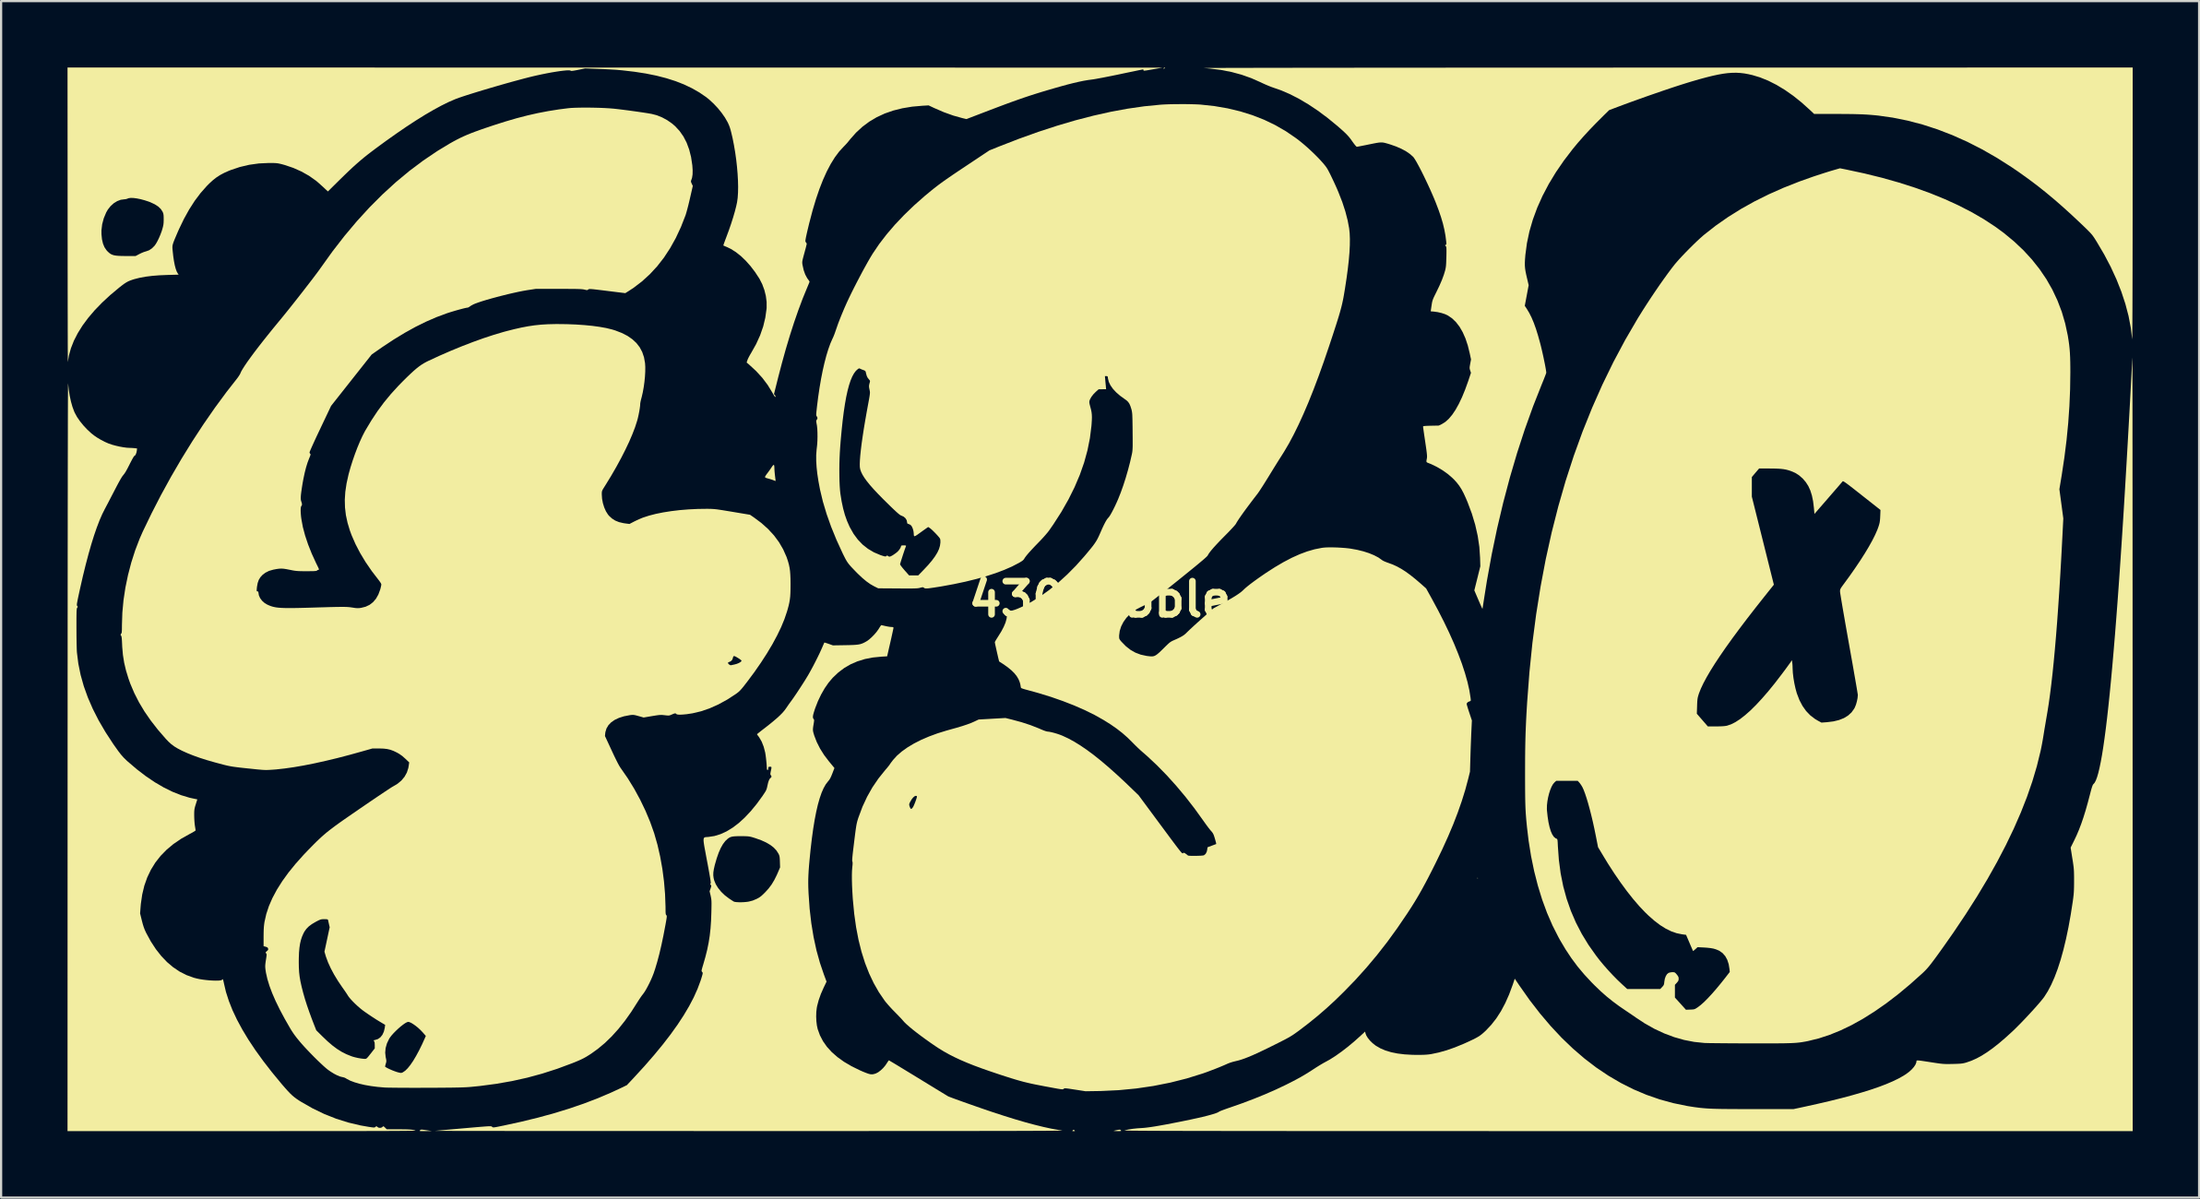
<source format=kicad_pcb>
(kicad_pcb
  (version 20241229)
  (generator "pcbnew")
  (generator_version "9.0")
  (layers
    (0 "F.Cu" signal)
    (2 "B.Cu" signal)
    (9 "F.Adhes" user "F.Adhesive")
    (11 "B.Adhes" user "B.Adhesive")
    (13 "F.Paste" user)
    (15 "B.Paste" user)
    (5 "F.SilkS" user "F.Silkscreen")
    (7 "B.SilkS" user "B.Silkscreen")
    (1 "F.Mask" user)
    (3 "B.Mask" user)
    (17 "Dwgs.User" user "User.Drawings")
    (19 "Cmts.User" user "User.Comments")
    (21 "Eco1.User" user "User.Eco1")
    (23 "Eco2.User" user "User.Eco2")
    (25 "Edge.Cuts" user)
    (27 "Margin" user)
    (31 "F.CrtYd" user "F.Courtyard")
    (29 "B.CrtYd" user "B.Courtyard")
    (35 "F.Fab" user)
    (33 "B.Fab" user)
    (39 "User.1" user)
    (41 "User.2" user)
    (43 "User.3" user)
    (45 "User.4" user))
  (footprint "430bubble"
    (layer "F.Cu")
    (at 46.627 24.023)
    (property "Reference" "430bubble" (at 0 0 0) (layer "F.SilkS") (effects (font (size 1.5 1.5) (thickness 0.3))))
    (attr board_only exclude_from_pos_files exclude_from_bom)
    (fp_poly (pts (xy 17.068 12.58) (xy 17.07 12.613) (xy 17.066 12.62) (xy 17.057 12.614) (xy 17.055 12.592) (xy 17.06 12.57)) (stroke (width 0) (type solid)) (fill yes) (layer "F.SilkS"))
    (fp_poly (pts (xy 2.938 -24.017) (xy 2.926 -23.994) (xy 2.923 -23.991) (xy 2.898 -23.965) (xy 2.889 -23.959) (xy 2.882 -23.977) (xy 2.881 -23.991) (xy 2.898 -24.019) (xy 2.915 -24.023)) (stroke (width 0) (type solid)) (fill yes) (layer "F.SilkS"))
    (fp_poly (pts (xy -1.168 23.969) (xy -1.15 23.987) (xy -1.129 24.011) (xy -1.138 24.021) (xy -1.182 24.023) (xy -1.186 24.023) (xy -1.233 24.021) (xy -1.244 24.012) (xy -1.225 23.989) (xy -1.223 23.987) (xy -1.193 23.962)) (stroke (width 0) (type solid)) (fill yes) (layer "F.SilkS"))
    (fp_poly (pts (xy -30.581 23.957) (xy -30.502 23.968) (xy -30.421 23.98) (xy -30.177 24.018) (xy -30.462 24.021) (xy -30.577 24.021) (xy -30.654 24.021) (xy -30.701 24.018) (xy -30.722 24.012) (xy -30.723 24.002) (xy -30.711 23.988) (xy -30.706 23.983) (xy -30.686 23.966) (xy -30.665 23.956) (xy -30.632 23.953)) (stroke (width 0) (type solid)) (fill yes) (layer "F.SilkS"))
    (fp_poly (pts (xy 0.922 23.962) (xy 0.938 23.976) (xy 0.945 23.984) (xy 0.96 24.002) (xy 0.959 24.013) (xy 0.936 24.019) (xy 0.885 24.021) (xy 0.799 24.021) (xy 0.782 24.021) (xy 0.702 24.019) (xy 0.646 24.015) (xy 0.621 24.011) (xy 0.625 24.008) (xy 0.738 23.982) (xy 0.817 23.965) (xy 0.869 23.957) (xy 0.902 23.956)) (stroke (width 0) (type solid)) (fill yes) (layer "F.SilkS"))
    (fp_poly (pts (xy -14.708 -6.035) (xy -14.702 -5.958) (xy -14.701 -5.921) (xy -14.698 -5.843) (xy -14.69 -5.741) (xy -14.679 -5.629) (xy -14.672 -5.571) (xy -14.661 -5.48) (xy -14.652 -5.406) (xy -14.647 -5.359) (xy -14.647 -5.346) (xy -14.666 -5.351) (xy -14.712 -5.368) (xy -14.75 -5.383) (xy -14.828 -5.411) (xy -14.923 -5.44) (xy -14.989 -5.458) (xy -15.072 -5.482) (xy -15.116 -5.506) (xy -15.126 -5.525) (xy -15.113 -5.558) (xy -15.081 -5.611) (xy -15.035 -5.674) (xy -15.034 -5.676) (xy -14.976 -5.753) (xy -14.908 -5.847) (xy -14.845 -5.939) (xy -14.839 -5.948) (xy -14.784 -6.027) (xy -14.746 -6.069) (xy -14.721 -6.071)) (stroke (width 0) (type solid)) (fill yes) (layer "F.SilkS"))
    (fp_poly (pts (xy -46.572 -9.471) (xy -46.528 -9.195) (xy -46.472 -8.934) (xy -46.405 -8.697) (xy -46.329 -8.491) (xy -46.298 -8.422) (xy -46.196 -8.236) (xy -46.062 -8.042) (xy -45.904 -7.848) (xy -45.731 -7.664) (xy -45.55 -7.497) (xy -45.428 -7.401) (xy -45.281 -7.301) (xy -45.113 -7.202) (xy -44.939 -7.112) (xy -44.778 -7.041) (xy -44.762 -7.035) (xy -44.616 -6.985) (xy -44.45 -6.94) (xy -44.275 -6.9) (xy -44.104 -6.869) (xy -43.95 -6.849) (xy -43.833 -6.842) (xy -43.738 -6.839) (xy -43.638 -6.832) (xy -43.6 -6.829) (xy -43.486 -6.815) (xy -43.498 -6.713) (xy -43.515 -6.628) (xy -43.542 -6.554) (xy -43.573 -6.502) (xy -43.605 -6.482) (xy -43.605 -6.482) (xy -43.623 -6.464) (xy -43.656 -6.414) (xy -43.7 -6.336) (xy -43.753 -6.237) (xy -43.812 -6.123) (xy -43.826 -6.094) (xy -43.914 -5.922) (xy -43.988 -5.787) (xy -44.049 -5.689) (xy -44.099 -5.624) (xy -44.105 -5.617) (xy -44.14 -5.574) (xy -44.185 -5.506) (xy -44.242 -5.411) (xy -44.313 -5.284) (xy -44.398 -5.125) (xy -44.499 -4.931) (xy -44.527 -4.877) (xy -44.61 -4.717) (xy -44.69 -4.563) (xy -44.764 -4.42) (xy -44.83 -4.294) (xy -44.884 -4.192) (xy -44.923 -4.117) (xy -44.94 -4.086) (xy -45.06 -3.847) (xy -45.182 -3.566) (xy -45.305 -3.244) (xy -45.43 -2.882) (xy -45.555 -2.481) (xy -45.68 -2.042) (xy -45.806 -1.565) (xy -45.932 -1.052) (xy -46.057 -0.503) (xy -46.109 -0.266) (xy -46.144 -0.103) (xy -46.17 0.023) (xy -46.188 0.118) (xy -46.2 0.186) (xy -46.205 0.234) (xy -46.204 0.265) (xy -46.199 0.286) (xy -46.189 0.3) (xy -46.188 0.301) (xy -46.166 0.333) (xy -46.174 0.36) (xy -46.189 0.378) (xy -46.198 0.391) (xy -46.205 0.411) (xy -46.211 0.444) (xy -46.215 0.491) (xy -46.219 0.558) (xy -46.221 0.649) (xy -46.223 0.766) (xy -46.224 0.915) (xy -46.224 1.099) (xy -46.224 1.283) (xy -46.223 1.483) (xy -46.222 1.679) (xy -46.219 1.866) (xy -46.216 2.038) (xy -46.212 2.187) (xy -46.208 2.307) (xy -46.203 2.393) (xy -46.202 2.404) (xy -46.139 2.907) (xy -46.036 3.413) (xy -45.893 3.922) (xy -45.709 4.435) (xy -45.484 4.952) (xy -45.218 5.475) (xy -44.91 6.002) (xy -44.562 6.535) (xy -44.336 6.853) (xy -44.219 7.005) (xy -44.101 7.14) (xy -43.966 7.273) (xy -43.903 7.33) (xy -43.495 7.678) (xy -43.089 7.989) (xy -42.685 8.262) (xy -42.285 8.496) (xy -41.889 8.691) (xy -41.499 8.846) (xy -41.117 8.961) (xy -40.958 8.996) (xy -40.765 9.036) (xy -40.835 9.258) (xy -40.865 9.355) (xy -40.885 9.433) (xy -40.897 9.506) (xy -40.904 9.587) (xy -40.906 9.69) (xy -40.906 9.755) (xy -40.903 9.882) (xy -40.896 10.015) (xy -40.886 10.138) (xy -40.875 10.221) (xy -40.861 10.309) (xy -40.85 10.381) (xy -40.844 10.428) (xy -40.843 10.438) (xy -40.861 10.456) (xy -40.911 10.489) (xy -40.984 10.532) (xy -41.076 10.582) (xy -41.115 10.602) (xy -41.496 10.816) (xy -41.841 11.051) (xy -42.15 11.309) (xy -42.423 11.588) (xy -42.66 11.89) (xy -42.861 12.215) (xy -43.027 12.563) (xy -43.158 12.934) (xy -43.253 13.329) (xy -43.314 13.748) (xy -43.325 13.868) (xy -43.349 14.188) (xy -43.269 14.514) (xy -43.227 14.674) (xy -43.186 14.805) (xy -43.141 14.923) (xy -43.087 15.042) (xy -43.072 15.073) (xy -42.863 15.457) (xy -42.636 15.804) (xy -42.392 16.114) (xy -42.131 16.387) (xy -41.854 16.621) (xy -41.562 16.817) (xy -41.254 16.973) (xy -40.932 17.091) (xy -40.79 17.128) (xy -40.663 17.155) (xy -40.522 17.178) (xy -40.373 17.196) (xy -40.222 17.211) (xy -40.076 17.22) (xy -39.942 17.224) (xy -39.827 17.223) (xy -39.735 17.216) (xy -39.676 17.203) (xy -39.657 17.191) (xy -39.628 17.165) (xy -39.615 17.159) (xy -39.604 17.179) (xy -39.589 17.23) (xy -39.571 17.305) (xy -39.563 17.345) (xy -39.471 17.737) (xy -39.341 18.141) (xy -39.176 18.558) (xy -38.973 18.989) (xy -38.733 19.433) (xy -38.456 19.892) (xy -38.141 20.365) (xy -37.788 20.854) (xy -37.397 21.358) (xy -36.967 21.879) (xy -36.927 21.926) (xy -36.791 22.083) (xy -36.675 22.212) (xy -36.573 22.319) (xy -36.477 22.41) (xy -36.383 22.489) (xy -36.284 22.563) (xy -36.173 22.638) (xy -36.077 22.698) (xy -35.562 22.992) (xy -35.034 23.247) (xy -34.496 23.461) (xy -33.946 23.634) (xy -33.388 23.766) (xy -33.024 23.829) (xy -32.915 23.845) (xy -32.84 23.855) (xy -32.79 23.858) (xy -32.759 23.855) (xy -32.737 23.845) (xy -32.717 23.829) (xy -32.684 23.803) (xy -32.661 23.806) (xy -32.635 23.832) (xy -32.578 23.866) (xy -32.506 23.875) (xy -32.437 23.858) (xy -32.401 23.832) (xy -32.377 23.808) (xy -32.356 23.804) (xy -32.327 23.824) (xy -32.285 23.864) (xy -32.209 23.938) (xy -31.67 23.939) (xy -31.491 23.94) (xy -31.347 23.942) (xy -31.233 23.946) (xy -31.141 23.952) (xy -31.064 23.96) (xy -30.996 23.97) (xy -30.95 23.979) (xy -30.935 23.983) (xy -30.923 23.986) (xy -30.916 23.989) (xy -30.914 23.992) (xy -30.918 23.995) (xy -30.931 23.997) (xy -30.953 23.999) (xy -30.985 24.001) (xy -31.029 24.003) (xy -31.087 24.005) (xy -31.158 24.007) (xy -31.244 24.008) (xy -31.348 24.01) (xy -31.469 24.011) (xy -31.609 24.012) (xy -31.77 24.013) (xy -31.952 24.014) (xy -32.157 24.015) (xy -32.386 24.016) (xy -32.64 24.017) (xy -32.921 24.017) (xy -33.23 24.018) (xy -33.567 24.018) (xy -33.935 24.019) (xy -34.335 24.019) (xy -34.766 24.019) (xy -35.232 24.02) (xy -35.733 24.02) (xy -36.271 24.02) (xy -36.846 24.02) (xy -37.46 24.021) (xy -38.114 24.021) (xy -38.698 24.021) (xy -46.627 24.023) (xy -46.624 7.017) (xy -46.624 6.103) (xy -46.623 5.206) (xy -46.623 4.327) (xy -46.623 3.466) (xy -46.622 2.624) (xy -46.622 1.803) (xy -46.622 1.003) (xy -46.621 0.225) (xy -46.621 -0.53) (xy -46.62 -1.262) (xy -46.62 -1.97) (xy -46.619 -2.653) (xy -46.618 -3.309) (xy -46.618 -3.939) (xy -46.617 -4.541) (xy -46.616 -5.115) (xy -46.616 -5.659) (xy -46.615 -6.173) (xy -46.614 -6.657) (xy -46.613 -7.108) (xy -46.612 -7.527) (xy -46.612 -7.913) (xy -46.611 -8.265) (xy -46.61 -8.581) (xy -46.609 -8.862) (xy -46.608 -9.106) (xy -46.607 -9.313) (xy -46.606 -9.481) (xy -46.605 -9.61) (xy -46.604 -9.699) (xy -46.603 -9.748) (xy -46.602 -9.755)) (stroke (width 0) (type solid)) (fill yes) (layer "F.SilkS"))
    (fp_poly (pts (xy 46.635 -10.903) (xy 46.635 -10.843) (xy 46.636 -10.744) (xy 46.636 -10.605) (xy 46.636 -10.427) (xy 46.637 -10.212) (xy 46.637 -9.961) (xy 46.637 -9.674) (xy 46.638 -9.352) (xy 46.638 -8.997) (xy 46.638 -8.61) (xy 46.639 -8.19) (xy 46.639 -7.741) (xy 46.639 -7.261) (xy 46.64 -6.753) (xy 46.64 -6.218) (xy 46.64 -5.656) (xy 46.641 -5.068) (xy 46.641 -4.455) (xy 46.641 -3.819) (xy 46.642 -3.16) (xy 46.642 -2.479) (xy 46.642 -1.777) (xy 46.642 -1.056) (xy 46.643 -0.316) (xy 46.643 0.442) (xy 46.643 1.217) (xy 46.643 2.008) (xy 46.644 2.813) (xy 46.644 3.633) (xy 46.644 4.465) (xy 46.644 5.309) (xy 46.644 6.164) (xy 46.644 6.519) (xy 46.648 24.023) (xy 23.827 24.021) (xy 22.629 24.021) (xy 21.472 24.021) (xy 20.356 24.021) (xy 19.281 24.021) (xy 18.245 24.021) (xy 17.247 24.02) (xy 16.288 24.02) (xy 15.367 24.02) (xy 14.482 24.02) (xy 13.633 24.02) (xy 12.82 24.019) (xy 12.041 24.019) (xy 11.296 24.019) (xy 10.584 24.019) (xy 9.905 24.018) (xy 9.257 24.018) (xy 8.641 24.018) (xy 8.055 24.017) (xy 7.499 24.017) (xy 6.971 24.016) (xy 6.472 24.016) (xy 6.001 24.015) (xy 5.556 24.015) (xy 5.138 24.014) (xy 4.745 24.014) (xy 4.377 24.013) (xy 4.032 24.013) (xy 3.712 24.012) (xy 3.413 24.011) (xy 3.137 24.01) (xy 2.882 24.01) (xy 2.647 24.009) (xy 2.433 24.008) (xy 2.237 24.007) (xy 2.06 24.006) (xy 1.9 24.005) (xy 1.758 24.004) (xy 1.632 24.003) (xy 1.521 24.002) (xy 1.425 24.001) (xy 1.344 24) (xy 1.276 23.998) (xy 1.22 23.997) (xy 1.177 23.996) (xy 1.145 23.994) (xy 1.124 23.993) (xy 1.113 23.992) (xy 1.111 23.99) (xy 1.112 23.989) (xy 1.279 23.95) (xy 1.477 23.918) (xy 1.692 23.895) (xy 1.875 23.883) (xy 1.993 23.875) (xy 2.138 23.859) (xy 2.31 23.836) (xy 2.511 23.805) (xy 2.745 23.764) (xy 3.013 23.716) (xy 3.317 23.657) (xy 3.659 23.59) (xy 3.781 23.565) (xy 4.099 23.499) (xy 4.386 23.437) (xy 4.639 23.379) (xy 4.859 23.324) (xy 5.042 23.274) (xy 5.189 23.23) (xy 5.297 23.19) (xy 5.365 23.156) (xy 5.38 23.145) (xy 5.41 23.129) (xy 5.473 23.102) (xy 5.564 23.067) (xy 5.676 23.026) (xy 5.803 22.981) (xy 5.858 22.963) (xy 6.43 22.762) (xy 6.964 22.56) (xy 7.468 22.355) (xy 7.947 22.145) (xy 8.396 21.932) (xy 8.643 21.808) (xy 8.861 21.694) (xy 9.059 21.586) (xy 9.247 21.477) (xy 9.434 21.362) (xy 9.631 21.235) (xy 9.661 21.215) (xy 9.779 21.139) (xy 9.896 21.066) (xy 10.005 21) (xy 10.096 20.947) (xy 10.146 20.92) (xy 10.386 20.788) (xy 10.645 20.623) (xy 10.918 20.429) (xy 11.202 20.21) (xy 11.492 19.968) (xy 11.784 19.706) (xy 11.81 19.682) (xy 11.979 19.525) (xy 11.992 19.59) (xy 12.03 19.695) (xy 12.1 19.811) (xy 12.196 19.93) (xy 12.312 20.044) (xy 12.441 20.147) (xy 12.465 20.164) (xy 12.671 20.283) (xy 12.9 20.381) (xy 13.157 20.458) (xy 13.444 20.516) (xy 13.762 20.555) (xy 14.115 20.575) (xy 14.299 20.578) (xy 14.481 20.578) (xy 14.63 20.574) (xy 14.755 20.567) (xy 14.866 20.556) (xy 14.964 20.542) (xy 15.302 20.471) (xy 15.659 20.371) (xy 16.036 20.239) (xy 16.436 20.075) (xy 16.67 19.969) (xy 16.831 19.893) (xy 16.959 19.829) (xy 17.064 19.771) (xy 17.154 19.715) (xy 17.235 19.655) (xy 17.316 19.587) (xy 17.404 19.506) (xy 17.432 19.48) (xy 17.678 19.219) (xy 17.906 18.928) (xy 18.115 18.604) (xy 18.306 18.246) (xy 18.482 17.851) (xy 18.643 17.418) (xy 18.651 17.397) (xy 18.738 17.136) (xy 18.95 17.449) (xy 19.408 18.099) (xy 19.879 18.708) (xy 20.362 19.277) (xy 20.857 19.806) (xy 21.366 20.294) (xy 21.887 20.742) (xy 22.42 21.15) (xy 22.967 21.517) (xy 23.527 21.845) (xy 24.099 22.133) (xy 24.685 22.381) (xy 25.285 22.589) (xy 25.897 22.757) (xy 26.523 22.886) (xy 26.756 22.923) (xy 26.877 22.941) (xy 26.992 22.956) (xy 27.104 22.97) (xy 27.216 22.981) (xy 27.331 22.991) (xy 27.453 23) (xy 27.586 23.007) (xy 27.733 23.013) (xy 27.897 23.017) (xy 28.082 23.021) (xy 28.291 23.023) (xy 28.528 23.025) (xy 28.796 23.026) (xy 29.099 23.027) (xy 29.439 23.027) (xy 29.535 23.027) (xy 31.329 23.027) (xy 31.823 22.921) (xy 32.423 22.788) (xy 32.982 22.658) (xy 33.5 22.529) (xy 33.978 22.401) (xy 34.418 22.274) (xy 34.82 22.149) (xy 35.184 22.024) (xy 35.513 21.899) (xy 35.806 21.774) (xy 36.065 21.649) (xy 36.29 21.523) (xy 36.403 21.451) (xy 36.544 21.347) (xy 36.666 21.237) (xy 36.765 21.125) (xy 36.836 21.018) (xy 36.875 20.92) (xy 36.881 20.872) (xy 36.882 20.855) (xy 36.887 20.841) (xy 36.899 20.833) (xy 36.925 20.829) (xy 36.967 20.83) (xy 37.03 20.836) (xy 37.119 20.847) (xy 37.237 20.865) (xy 37.39 20.888) (xy 37.539 20.911) (xy 37.709 20.937) (xy 37.845 20.957) (xy 37.956 20.972) (xy 38.051 20.982) (xy 38.137 20.988) (xy 38.224 20.991) (xy 38.319 20.991) (xy 38.431 20.99) (xy 38.524 20.988) (xy 38.674 20.984) (xy 38.79 20.979) (xy 38.881 20.973) (xy 38.955 20.964) (xy 39.02 20.952) (xy 39.085 20.936) (xy 39.138 20.921) (xy 39.362 20.843) (xy 39.591 20.741) (xy 39.827 20.613) (xy 40.073 20.457) (xy 40.332 20.272) (xy 40.606 20.056) (xy 40.897 19.807) (xy 41.203 19.529) (xy 41.33 19.408) (xy 41.471 19.267) (xy 41.622 19.114) (xy 41.778 18.951) (xy 41.935 18.784) (xy 42.089 18.617) (xy 42.235 18.456) (xy 42.368 18.305) (xy 42.484 18.17) (xy 42.579 18.054) (xy 42.648 17.963) (xy 42.65 17.961) (xy 42.813 17.705) (xy 42.969 17.408) (xy 43.118 17.071) (xy 43.26 16.694) (xy 43.394 16.279) (xy 43.52 15.825) (xy 43.638 15.334) (xy 43.748 14.807) (xy 43.849 14.243) (xy 43.942 13.645) (xy 43.946 13.613) (xy 43.964 13.479) (xy 43.978 13.36) (xy 43.988 13.246) (xy 43.994 13.126) (xy 43.998 12.992) (xy 44 12.832) (xy 44 12.713) (xy 44 12.546) (xy 43.998 12.411) (xy 43.995 12.298) (xy 43.989 12.197) (xy 43.98 12.098) (xy 43.966 11.99) (xy 43.948 11.863) (xy 43.923 11.707) (xy 43.922 11.704) (xy 43.845 11.215) (xy 44.007 10.888) (xy 44.118 10.652) (xy 44.223 10.405) (xy 44.323 10.142) (xy 44.421 9.857) (xy 44.518 9.546) (xy 44.615 9.203) (xy 44.712 8.836) (xy 44.752 8.682) (xy 44.784 8.564) (xy 44.811 8.477) (xy 44.833 8.415) (xy 44.852 8.375) (xy 44.87 8.35) (xy 44.877 8.344) (xy 44.931 8.281) (xy 44.985 8.177) (xy 45.04 8.03) (xy 45.095 7.842) (xy 45.15 7.612) (xy 45.206 7.341) (xy 45.263 7.027) (xy 45.319 6.672) (xy 45.376 6.275) (xy 45.434 5.836) (xy 45.492 5.355) (xy 45.55 4.832) (xy 45.609 4.267) (xy 45.668 3.66) (xy 45.728 3.01) (xy 45.788 2.319) (xy 45.849 1.586) (xy 45.91 0.81) (xy 45.972 -0.008) (xy 46.034 -0.868) (xy 46.096 -1.77) (xy 46.159 -2.715) (xy 46.213 -3.548) (xy 46.242 -4.008) (xy 46.272 -4.498) (xy 46.303 -5.013) (xy 46.335 -5.548) (xy 46.367 -6.095) (xy 46.399 -6.649) (xy 46.431 -7.203) (xy 46.462 -7.752) (xy 46.492 -8.29) (xy 46.521 -8.809) (xy 46.548 -9.305) (xy 46.572 -9.77) (xy 46.595 -10.2) (xy 46.595 -10.2) (xy 46.603 -10.366) (xy 46.611 -10.52) (xy 46.619 -10.658) (xy 46.625 -10.772) (xy 46.63 -10.859) (xy 46.634 -10.911) (xy 46.635 -10.921)) (stroke (width 0) (type solid)) (fill yes) (layer "F.SilkS"))
    (fp_poly (pts (xy 46.645 -17.779) (xy 46.645 -17.27) (xy 46.644 -16.773) (xy 46.644 -16.291) (xy 46.643 -15.824) (xy 46.642 -15.374) (xy 46.642 -14.942) (xy 46.641 -14.531) (xy 46.64 -14.142) (xy 46.639 -13.776) (xy 46.638 -13.435) (xy 46.637 -13.121) (xy 46.635 -12.834) (xy 46.634 -12.578) (xy 46.633 -12.352) (xy 46.632 -12.16) (xy 46.63 -12.002) (xy 46.629 -11.88) (xy 46.627 -11.796) (xy 46.626 -11.751) (xy 46.625 -11.746) (xy 46.625 -11.747) (xy 46.562 -12.271) (xy 46.459 -12.806) (xy 46.316 -13.349) (xy 46.134 -13.9) (xy 45.914 -14.456) (xy 45.656 -15.017) (xy 45.36 -15.58) (xy 45.028 -16.144) (xy 44.96 -16.253) (xy 44.913 -16.326) (xy 44.869 -16.39) (xy 44.825 -16.45) (xy 44.774 -16.51) (xy 44.714 -16.576) (xy 44.64 -16.652) (xy 44.546 -16.745) (xy 44.429 -16.858) (xy 44.335 -16.948) (xy 43.904 -17.353) (xy 43.491 -17.728) (xy 43.091 -18.076) (xy 42.698 -18.403) (xy 42.307 -18.712) (xy 41.912 -19.008) (xy 41.509 -19.296) (xy 41.172 -19.526) (xy 40.511 -19.946) (xy 39.846 -20.327) (xy 39.177 -20.668) (xy 38.506 -20.968) (xy 37.832 -21.228) (xy 37.157 -21.447) (xy 36.482 -21.624) (xy 35.808 -21.76) (xy 35.166 -21.851) (xy 34.991 -21.869) (xy 34.817 -21.884) (xy 34.639 -21.897) (xy 34.452 -21.907) (xy 34.249 -21.914) (xy 34.025 -21.92) (xy 33.774 -21.923) (xy 33.492 -21.925) (xy 33.231 -21.926) (xy 32.259 -21.926) (xy 32.074 -22.101) (xy 31.698 -22.44) (xy 31.32 -22.743) (xy 30.941 -23.009) (xy 30.564 -23.237) (xy 30.189 -23.427) (xy 29.818 -23.577) (xy 29.476 -23.68) (xy 29.288 -23.723) (xy 29.106 -23.756) (xy 28.925 -23.777) (xy 28.743 -23.787) (xy 28.554 -23.784) (xy 28.355 -23.77) (xy 28.142 -23.742) (xy 27.912 -23.701) (xy 27.66 -23.646) (xy 27.382 -23.577) (xy 27.075 -23.494) (xy 26.734 -23.395) (xy 26.533 -23.334) (xy 26.297 -23.26) (xy 26.026 -23.173) (xy 25.729 -23.075) (xy 25.41 -22.967) (xy 25.077 -22.852) (xy 24.734 -22.733) (xy 24.388 -22.61) (xy 24.045 -22.487) (xy 23.711 -22.365) (xy 23.393 -22.246) (xy 23.252 -22.193) (xy 23 -22.097) (xy 22.767 -21.868) (xy 22.43 -21.532) (xy 22.123 -21.215) (xy 21.844 -20.912) (xy 21.587 -20.619) (xy 21.362 -20.348) (xy 20.958 -19.82) (xy 20.595 -19.291) (xy 20.273 -18.759) (xy 19.993 -18.226) (xy 19.754 -17.692) (xy 19.557 -17.158) (xy 19.401 -16.623) (xy 19.288 -16.088) (xy 19.217 -15.553) (xy 19.215 -15.528) (xy 19.201 -15.35) (xy 19.194 -15.202) (xy 19.195 -15.073) (xy 19.205 -14.949) (xy 19.224 -14.819) (xy 19.254 -14.671) (xy 19.28 -14.559) (xy 19.366 -14.19) (xy 19.279 -13.725) (xy 19.191 -13.259) (xy 19.285 -13.117) (xy 19.394 -12.935) (xy 19.498 -12.727) (xy 19.598 -12.49) (xy 19.695 -12.221) (xy 19.79 -11.916) (xy 19.885 -11.573) (xy 19.922 -11.429) (xy 19.957 -11.282) (xy 19.993 -11.125) (xy 20.029 -10.964) (xy 20.062 -10.805) (xy 20.093 -10.654) (xy 20.119 -10.517) (xy 20.14 -10.4) (xy 20.154 -10.309) (xy 20.161 -10.25) (xy 20.161 -10.232) (xy 20.15 -10.198) (xy 20.125 -10.13) (xy 20.089 -10.037) (xy 20.045 -9.924) (xy 19.993 -9.797) (xy 19.967 -9.734) (xy 19.567 -8.721) (xy 19.191 -7.675) (xy 18.84 -6.598) (xy 18.515 -5.493) (xy 18.216 -4.363) (xy 17.943 -3.209) (xy 17.698 -2.033) (xy 17.481 -0.839) (xy 17.361 -0.085) (xy 17.339 0.056) (xy 17.32 0.182) (xy 17.303 0.289) (xy 17.29 0.37) (xy 17.282 0.418) (xy 17.28 0.43) (xy 17.271 0.416) (xy 17.248 0.369) (xy 17.213 0.293) (xy 17.169 0.194) (xy 17.118 0.077) (xy 17.094 0.021) (xy 16.912 -0.405) (xy 17.048 -0.949) (xy 17.183 -1.493) (xy 17.172 -1.875) (xy 17.139 -2.368) (xy 17.065 -2.865) (xy 16.952 -3.367) (xy 16.799 -3.876) (xy 16.605 -4.394) (xy 16.525 -4.581) (xy 16.428 -4.792) (xy 16.332 -4.972) (xy 16.232 -5.128) (xy 16.121 -5.272) (xy 15.993 -5.413) (xy 15.917 -5.487) (xy 15.713 -5.663) (xy 15.479 -5.829) (xy 15.226 -5.979) (xy 14.968 -6.105) (xy 14.845 -6.154) (xy 14.79 -6.176) (xy 14.759 -6.198) (xy 14.748 -6.23) (xy 14.753 -6.284) (xy 14.767 -6.357) (xy 14.773 -6.394) (xy 14.776 -6.436) (xy 14.775 -6.487) (xy 14.77 -6.553) (xy 14.761 -6.64) (xy 14.747 -6.751) (xy 14.727 -6.893) (xy 14.701 -7.069) (xy 14.693 -7.125) (xy 14.669 -7.287) (xy 14.647 -7.436) (xy 14.628 -7.568) (xy 14.613 -7.675) (xy 14.602 -7.754) (xy 14.597 -7.799) (xy 14.596 -7.806) (xy 14.605 -7.817) (xy 14.634 -7.826) (xy 14.689 -7.832) (xy 14.775 -7.837) (xy 14.897 -7.841) (xy 14.951 -7.842) (xy 15.307 -7.849) (xy 15.454 -7.921) (xy 15.609 -8.019) (xy 15.763 -8.16) (xy 15.915 -8.341) (xy 16.065 -8.564) (xy 16.212 -8.828) (xy 16.357 -9.133) (xy 16.498 -9.477) (xy 16.637 -9.862) (xy 16.66 -9.93) (xy 16.76 -10.232) (xy 16.725 -10.339) (xy 16.708 -10.392) (xy 16.701 -10.438) (xy 16.701 -10.488) (xy 16.711 -10.556) (xy 16.726 -10.641) (xy 16.763 -10.836) (xy 16.705 -11.11) (xy 16.618 -11.465) (xy 16.512 -11.784) (xy 16.387 -12.067) (xy 16.245 -12.313) (xy 16.084 -12.522) (xy 15.907 -12.693) (xy 15.713 -12.825) (xy 15.584 -12.884) (xy 15.427 -12.935) (xy 15.257 -12.974) (xy 15.086 -12.998) (xy 15.082 -12.998) (xy 14.942 -13.01) (xy 14.979 -13.263) (xy 14.993 -13.354) (xy 15.006 -13.428) (xy 15.023 -13.492) (xy 15.045 -13.557) (xy 15.076 -13.631) (xy 15.12 -13.723) (xy 15.179 -13.841) (xy 15.194 -13.871) (xy 15.334 -14.162) (xy 15.448 -14.425) (xy 15.536 -14.664) (xy 15.592 -14.85) (xy 15.609 -14.921) (xy 15.622 -14.991) (xy 15.632 -15.07) (xy 15.639 -15.166) (xy 15.644 -15.286) (xy 15.649 -15.439) (xy 15.65 -15.476) (xy 15.653 -15.626) (xy 15.654 -15.74) (xy 15.653 -15.823) (xy 15.65 -15.879) (xy 15.645 -15.916) (xy 15.636 -15.938) (xy 15.626 -15.95) (xy 15.595 -15.986) (xy 15.6 -16.01) (xy 15.624 -16.015) (xy 15.642 -16.022) (xy 15.65 -16.047) (xy 15.648 -16.1) (xy 15.644 -16.148) (xy 15.61 -16.419) (xy 15.561 -16.691) (xy 15.495 -16.969) (xy 15.409 -17.261) (xy 15.303 -17.573) (xy 15.176 -17.907) (xy 15.1 -18.094) (xy 15.015 -18.293) (xy 14.924 -18.499) (xy 14.828 -18.709) (xy 14.73 -18.917) (xy 14.632 -19.12) (xy 14.537 -19.312) (xy 14.446 -19.49) (xy 14.361 -19.648) (xy 14.286 -19.783) (xy 14.221 -19.889) (xy 14.17 -19.963) (xy 14.153 -19.984) (xy 14.011 -20.112) (xy 13.833 -20.235) (xy 13.621 -20.35) (xy 13.381 -20.455) (xy 13.118 -20.547) (xy 13.086 -20.557) (xy 12.98 -20.589) (xy 12.893 -20.613) (xy 12.819 -20.63) (xy 12.749 -20.639) (xy 12.678 -20.639) (xy 12.597 -20.632) (xy 12.499 -20.617) (xy 12.376 -20.594) (xy 12.223 -20.563) (xy 12.157 -20.55) (xy 12.013 -20.52) (xy 11.881 -20.494) (xy 11.768 -20.472) (xy 11.68 -20.455) (xy 11.622 -20.445) (xy 11.603 -20.443) (xy 11.579 -20.46) (xy 11.537 -20.505) (xy 11.482 -20.574) (xy 11.419 -20.66) (xy 11.404 -20.681) (xy 11.339 -20.773) (xy 11.275 -20.856) (xy 11.208 -20.935) (xy 11.133 -21.015) (xy 11.043 -21.102) (xy 10.935 -21.201) (xy 10.802 -21.318) (xy 10.698 -21.407) (xy 10.271 -21.757) (xy 9.844 -22.074) (xy 9.419 -22.358) (xy 9 -22.606) (xy 8.588 -22.818) (xy 8.185 -22.992) (xy 7.838 -23.113) (xy 7.744 -23.146) (xy 7.623 -23.194) (xy 7.488 -23.251) (xy 7.35 -23.313) (xy 7.256 -23.358) (xy 6.837 -23.543) (xy 6.403 -23.697) (xy 5.949 -23.82) (xy 5.472 -23.913) (xy 4.968 -23.977) (xy 4.692 -24) (xy 4.702 -24.001) (xy 4.753 -24.001) (xy 4.845 -24.002) (xy 4.976 -24.003) (xy 5.146 -24.004) (xy 5.355 -24.004) (xy 5.6 -24.005) (xy 5.881 -24.006) (xy 6.198 -24.007) (xy 6.549 -24.007) (xy 6.934 -24.008) (xy 7.351 -24.009) (xy 7.8 -24.009) (xy 8.28 -24.01) (xy 8.79 -24.011) (xy 9.329 -24.011) (xy 9.896 -24.012) (xy 10.491 -24.013) (xy 11.112 -24.013) (xy 11.759 -24.014) (xy 12.43 -24.014) (xy 13.125 -24.015) (xy 13.843 -24.015) (xy 14.583 -24.016) (xy 15.344 -24.016) (xy 16.126 -24.017) (xy 16.927 -24.017) (xy 17.746 -24.018) (xy 18.583 -24.018) (xy 19.437 -24.018) (xy 20.306 -24.019) (xy 21.191 -24.019) (xy 22.089 -24.019) (xy 23.001 -24.019) (xy 23.925 -24.02) (xy 24.861 -24.02) (xy 25.543 -24.02) (xy 46.648 -24.023)) (stroke (width 0) (type solid)) (fill yes) (layer "F.SilkS"))
    (fp_poly (pts (xy -21.899 -24.021) (xy 2.828 -24.018) (xy 2.426 -23.948) (xy 2.277 -23.922) (xy 2.164 -23.902) (xy 2.083 -23.889) (xy 2.029 -23.882) (xy 1.995 -23.88) (xy 1.978 -23.882) (xy 1.971 -23.89) (xy 1.97 -23.9) (xy 1.97 -23.907) (xy 1.959 -23.935) (xy 1.95 -23.938) (xy 1.926 -23.934) (xy 1.865 -23.922) (xy 1.77 -23.903) (xy 1.646 -23.877) (xy 1.497 -23.846) (xy 1.327 -23.811) (xy 1.139 -23.772) (xy 0.939 -23.73) (xy 0.918 -23.725) (xy 0.706 -23.681) (xy 0.499 -23.639) (xy 0.301 -23.6) (xy 0.119 -23.564) (xy -0.044 -23.534) (xy -0.18 -23.509) (xy -0.286 -23.491) (xy -0.35 -23.482) (xy -0.536 -23.457) (xy -0.735 -23.423) (xy -0.952 -23.378) (xy -1.191 -23.323) (xy -1.457 -23.256) (xy -1.753 -23.175) (xy -2.021 -23.099) (xy -2.331 -23.009) (xy -2.62 -22.923) (xy -2.895 -22.838) (xy -3.163 -22.752) (xy -3.43 -22.663) (xy -3.703 -22.568) (xy -3.989 -22.466) (xy -4.295 -22.354) (xy -4.627 -22.229) (xy -4.925 -22.116) (xy -6.027 -21.694) (xy -6.207 -21.737) (xy -6.62 -21.852) (xy -7.047 -22.005) (xy -7.482 -22.193) (xy -7.735 -22.312) (xy -8.004 -22.297) (xy -8.474 -22.256) (xy -8.916 -22.183) (xy -9.33 -22.08) (xy -9.716 -21.946) (xy -10.077 -21.779) (xy -10.412 -21.58) (xy -10.723 -21.349) (xy -11.011 -21.084) (xy -11.276 -20.786) (xy -11.338 -20.708) (xy -11.401 -20.631) (xy -11.481 -20.542) (xy -11.561 -20.459) (xy -11.577 -20.443) (xy -11.777 -20.225) (xy -11.97 -19.967) (xy -12.155 -19.669) (xy -12.333 -19.331) (xy -12.504 -18.953) (xy -12.668 -18.534) (xy -12.825 -18.073) (xy -12.975 -17.571) (xy -13.118 -17.028) (xy -13.131 -16.979) (xy -13.165 -16.836) (xy -13.2 -16.692) (xy -13.231 -16.558) (xy -13.256 -16.444) (xy -13.274 -16.361) (xy -13.291 -16.269) (xy -13.3 -16.209) (xy -13.3 -16.171) (xy -13.292 -16.147) (xy -13.276 -16.126) (xy -13.248 -16.085) (xy -13.24 -16.058) (xy -13.246 -16.03) (xy -13.261 -15.968) (xy -13.283 -15.878) (xy -13.313 -15.769) (xy -13.346 -15.645) (xy -13.348 -15.639) (xy -13.385 -15.502) (xy -13.412 -15.399) (xy -13.43 -15.322) (xy -13.44 -15.264) (xy -13.443 -15.217) (xy -13.441 -15.174) (xy -13.435 -15.128) (xy -13.431 -15.107) (xy -13.379 -14.871) (xy -13.308 -14.672) (xy -13.218 -14.505) (xy -13.174 -14.445) (xy -13.138 -14.395) (xy -13.116 -14.358) (xy -13.113 -14.349) (xy -13.121 -14.323) (xy -13.143 -14.267) (xy -13.176 -14.187) (xy -13.216 -14.09) (xy -13.231 -14.055) (xy -13.426 -13.579) (xy -13.619 -13.063) (xy -13.811 -12.51) (xy -14 -11.923) (xy -14.185 -11.305) (xy -14.365 -10.657) (xy -14.523 -10.052) (xy -14.72 -9.268) (xy -14.677 -9.222) (xy -14.648 -9.174) (xy -14.652 -9.145) (xy -14.666 -9.143) (xy -14.691 -9.169) (xy -14.729 -9.226) (xy -14.782 -9.319) (xy -14.795 -9.342) (xy -15.004 -9.683) (xy -15.247 -10.006) (xy -15.528 -10.313) (xy -15.847 -10.607) (xy -15.885 -10.64) (xy -15.955 -10.698) (xy -15.918 -10.809) (xy -15.892 -10.871) (xy -15.849 -10.958) (xy -15.795 -11.056) (xy -15.744 -11.142) (xy -15.525 -11.532) (xy -15.346 -11.926) (xy -15.207 -12.324) (xy -15.111 -12.724) (xy -15.055 -13.124) (xy -15.051 -13.177) (xy -15.052 -13.435) (xy -15.087 -13.705) (xy -15.154 -13.975) (xy -15.251 -14.237) (xy -15.375 -14.48) (xy -15.386 -14.498) (xy -15.576 -14.787) (xy -15.78 -15.054) (xy -15.994 -15.295) (xy -16.214 -15.506) (xy -16.439 -15.684) (xy -16.663 -15.826) (xy -16.838 -15.911) (xy -16.914 -15.942) (xy -16.972 -15.968) (xy -17.004 -15.982) (xy -17.007 -15.984) (xy -17.002 -16.005) (xy -16.984 -16.059) (xy -16.955 -16.14) (xy -16.918 -16.241) (xy -16.878 -16.347) (xy -16.762 -16.659) (xy -16.657 -16.962) (xy -16.565 -17.251) (xy -16.487 -17.519) (xy -16.425 -17.761) (xy -16.386 -17.943) (xy -16.359 -18.14) (xy -16.344 -18.371) (xy -16.339 -18.633) (xy -16.346 -18.918) (xy -16.363 -19.222) (xy -16.39 -19.539) (xy -16.426 -19.864) (xy -16.472 -20.191) (xy -16.527 -20.515) (xy -16.589 -20.83) (xy -16.611 -20.926) (xy -16.65 -21.089) (xy -16.684 -21.22) (xy -16.718 -21.329) (xy -16.755 -21.425) (xy -16.797 -21.518) (xy -16.816 -21.557) (xy -16.935 -21.764) (xy -17.085 -21.978) (xy -17.258 -22.191) (xy -17.447 -22.392) (xy -17.642 -22.573) (xy -17.784 -22.687) (xy -18.091 -22.897) (xy -18.423 -23.086) (xy -18.781 -23.257) (xy -19.166 -23.408) (xy -19.581 -23.54) (xy -20.027 -23.655) (xy -20.507 -23.752) (xy -21.021 -23.832) (xy -21.573 -23.896) (xy -21.799 -23.917) (xy -21.893 -23.924) (xy -22.021 -23.931) (xy -22.173 -23.94) (xy -22.34 -23.948) (xy -22.514 -23.955) (xy -22.657 -23.96) (xy -23.25 -23.982) (xy -23.566 -23.917) (xy -23.698 -23.892) (xy -23.793 -23.876) (xy -23.855 -23.87) (xy -23.889 -23.872) (xy -23.898 -23.878) (xy -23.929 -23.892) (xy -23.998 -23.897) (xy -24.1 -23.893) (xy -24.232 -23.88) (xy -24.388 -23.861) (xy -24.567 -23.834) (xy -24.762 -23.802) (xy -24.971 -23.763) (xy -25.19 -23.719) (xy -25.414 -23.671) (xy -25.601 -23.628) (xy -25.793 -23.581) (xy -26.011 -23.525) (xy -26.249 -23.461) (xy -26.505 -23.392) (xy -26.771 -23.318) (xy -27.045 -23.24) (xy -27.322 -23.16) (xy -27.596 -23.08) (xy -27.864 -23) (xy -28.121 -22.922) (xy -28.362 -22.847) (xy -28.582 -22.778) (xy -28.777 -22.714) (xy -28.942 -22.658) (xy -29.073 -22.61) (xy -29.119 -22.592) (xy -29.42 -22.462) (xy -29.747 -22.3) (xy -30.102 -22.107) (xy -30.483 -21.885) (xy -30.889 -21.632) (xy -31.321 -21.35) (xy -31.776 -21.038) (xy -32.255 -20.699) (xy -32.719 -20.358) (xy -32.909 -20.215) (xy -33.083 -20.081) (xy -33.246 -19.951) (xy -33.403 -19.819) (xy -33.561 -19.682) (xy -33.725 -19.535) (xy -33.899 -19.373) (xy -34.089 -19.19) (xy -34.301 -18.984) (xy -34.386 -18.9) (xy -34.867 -18.425) (xy -35.085 -18.628) (xy -35.176 -18.71) (xy -35.265 -18.79) (xy -35.344 -18.859) (xy -35.404 -18.909) (xy -35.41 -18.913) (xy -35.721 -19.133) (xy -36.063 -19.325) (xy -36.428 -19.488) (xy -36.813 -19.618) (xy -36.935 -19.652) (xy -37.026 -19.674) (xy -37.103 -19.691) (xy -37.177 -19.701) (xy -37.258 -19.707) (xy -37.357 -19.71) (xy -37.484 -19.711) (xy -37.528 -19.711) (xy -37.982 -19.69) (xy -38.42 -19.629) (xy -38.845 -19.529) (xy -39.259 -19.39) (xy -39.344 -19.356) (xy -39.551 -19.264) (xy -39.732 -19.168) (xy -39.898 -19.061) (xy -40.058 -18.936) (xy -40.222 -18.786) (xy -40.346 -18.661) (xy -40.621 -18.349) (xy -40.883 -18) (xy -41.132 -17.612) (xy -41.369 -17.185) (xy -41.594 -16.718) (xy -41.672 -16.54) (xy -41.739 -16.382) (xy -41.792 -16.257) (xy -41.831 -16.159) (xy -41.859 -16.08) (xy -41.877 -16.017) (xy -41.887 -15.961) (xy -41.89 -15.906) (xy -41.888 -15.848) (xy -41.882 -15.779) (xy -41.879 -15.747) (xy -41.853 -15.505) (xy -41.821 -15.287) (xy -41.784 -15.095) (xy -41.742 -14.935) (xy -41.696 -14.809) (xy -41.651 -14.727) (xy -41.608 -14.666) (xy -42.099 -14.653) (xy -42.468 -14.638) (xy -42.8 -14.612) (xy -43.098 -14.575) (xy -43.366 -14.526) (xy -43.607 -14.465) (xy -43.699 -14.436) (xy -43.8 -14.4) (xy -43.889 -14.362) (xy -43.974 -14.315) (xy -44.066 -14.256) (xy -44.171 -14.178) (xy -44.29 -14.085) (xy -44.698 -13.744) (xy -45.068 -13.401) (xy -45.401 -13.057) (xy -45.694 -12.713) (xy -45.949 -12.369) (xy -46.163 -12.026) (xy -46.338 -11.685) (xy -46.472 -11.346) (xy -46.565 -11.011) (xy -46.612 -10.719) (xy -46.613 -10.734) (xy -46.613 -10.79) (xy -46.614 -10.885) (xy -46.615 -11.018) (xy -46.615 -11.187) (xy -46.616 -11.39) (xy -46.617 -11.626) (xy -46.617 -11.894) (xy -46.618 -12.191) (xy -46.618 -12.516) (xy -46.619 -12.869) (xy -46.62 -13.246) (xy -46.62 -13.647) (xy -46.621 -14.069) (xy -46.621 -14.512) (xy -46.622 -14.974) (xy -46.622 -15.453) (xy -46.622 -15.948) (xy -46.623 -16.457) (xy -46.623 -16.67) (xy -45.095 -16.67) (xy -45.094 -16.492) (xy -45.071 -16.264) (xy -45.026 -16.07) (xy -44.959 -15.907) (xy -44.868 -15.771) (xy -44.821 -15.719) (xy -44.755 -15.657) (xy -44.691 -15.608) (xy -44.622 -15.572) (xy -44.542 -15.545) (xy -44.445 -15.527) (xy -44.324 -15.516) (xy -44.174 -15.51) (xy -43.994 -15.508) (xy -43.555 -15.507) (xy -43.38 -15.599) (xy -43.286 -15.645) (xy -43.189 -15.685) (xy -43.106 -15.712) (xy -43.086 -15.717) (xy -42.946 -15.767) (xy -42.811 -15.857) (xy -42.696 -15.973) (xy -42.634 -16.061) (xy -42.567 -16.179) (xy -42.498 -16.32) (xy -42.433 -16.472) (xy -42.376 -16.625) (xy -42.349 -16.712) (xy -42.318 -16.825) (xy -42.298 -16.918) (xy -42.288 -17.01) (xy -42.284 -17.118) (xy -42.284 -17.167) (xy -42.285 -17.277) (xy -42.29 -17.357) (xy -42.3 -17.417) (xy -42.317 -17.469) (xy -42.334 -17.509) (xy -42.415 -17.633) (xy -42.534 -17.746) (xy -42.692 -17.847) (xy -42.89 -17.939) (xy -42.958 -17.965) (xy -43.145 -18.026) (xy -43.325 -18.075) (xy -43.493 -18.109) (xy -43.644 -18.129) (xy -43.771 -18.133) (xy -43.869 -18.12) (xy -43.915 -18.102) (xy -43.971 -18.082) (xy -44.042 -18.071) (xy -44.056 -18.071) (xy -44.222 -18.049) (xy -44.384 -17.988) (xy -44.539 -17.892) (xy -44.68 -17.765) (xy -44.803 -17.61) (xy -44.88 -17.477) (xy -44.99 -17.214) (xy -45.062 -16.944) (xy -45.095 -16.67) (xy -46.623 -16.67) (xy -46.623 -16.978) (xy -46.623 -17.334) (xy -46.627 -24.023)) (stroke (width 0) (type solid)) (fill yes) (layer "F.SilkS"))
    (fp_poly (pts (xy -9.849 1.17) (xy -9.793 1.182) (xy -9.716 1.2) (xy -9.681 1.208) (xy -9.586 1.227) (xy -9.495 1.242) (xy -9.424 1.249) (xy -9.411 1.249) (xy -9.353 1.253) (xy -9.327 1.267) (xy -9.322 1.287) (xy -9.327 1.316) (xy -9.34 1.382) (xy -9.361 1.477) (xy -9.387 1.598) (xy -9.418 1.738) (xy -9.453 1.892) (xy -9.466 1.949) (xy -9.609 2.574) (xy -9.862 2.589) (xy -10.25 2.627) (xy -10.609 2.696) (xy -10.943 2.798) (xy -11.253 2.932) (xy -11.542 3.099) (xy -11.811 3.301) (xy -12.062 3.539) (xy -12.07 3.547) (xy -12.253 3.763) (xy -12.427 4.014) (xy -12.588 4.294) (xy -12.732 4.594) (xy -12.855 4.908) (xy -12.878 4.975) (xy -12.921 5.112) (xy -12.949 5.215) (xy -12.961 5.291) (xy -12.959 5.347) (xy -12.944 5.388) (xy -12.931 5.405) (xy -12.915 5.425) (xy -12.908 5.452) (xy -12.909 5.493) (xy -12.917 5.559) (xy -12.931 5.642) (xy -12.949 5.755) (xy -12.959 5.84) (xy -12.96 5.909) (xy -12.951 5.976) (xy -12.931 6.054) (xy -12.9 6.155) (xy -12.899 6.159) (xy -12.787 6.448) (xy -12.639 6.741) (xy -12.457 7.031) (xy -12.245 7.31) (xy -12.245 7.31) (xy -12.178 7.391) (xy -12.115 7.467) (xy -12.065 7.528) (xy -12.043 7.555) (xy -11.989 7.621) (xy -12.085 7.87) (xy -12.134 7.99) (xy -12.177 8.081) (xy -12.22 8.152) (xy -12.269 8.214) (xy -12.283 8.23) (xy -12.384 8.362) (xy -12.48 8.533) (xy -12.571 8.741) (xy -12.656 8.988) (xy -12.737 9.274) (xy -12.812 9.599) (xy -12.883 9.965) (xy -12.949 10.371) (xy -13.01 10.817) (xy -13.067 11.305) (xy -13.113 11.768) (xy -13.136 12.025) (xy -13.153 12.25) (xy -13.164 12.451) (xy -13.171 12.638) (xy -13.172 12.821) (xy -13.169 13.009) (xy -13.161 13.21) (xy -13.157 13.293) (xy -13.109 13.98) (xy -13.033 14.635) (xy -12.93 15.259) (xy -12.801 15.855) (xy -12.643 16.423) (xy -12.466 16.944) (xy -12.345 17.269) (xy -12.474 17.537) (xy -12.601 17.825) (xy -12.7 18.103) (xy -12.769 18.364) (xy -12.786 18.452) (xy -12.808 18.639) (xy -12.814 18.844) (xy -12.805 19.053) (xy -12.781 19.251) (xy -12.746 19.412) (xy -12.644 19.694) (xy -12.504 19.962) (xy -12.326 20.215) (xy -12.108 20.454) (xy -11.851 20.679) (xy -11.555 20.891) (xy -11.218 21.089) (xy -10.842 21.274) (xy -10.707 21.333) (xy -10.569 21.389) (xy -10.461 21.428) (xy -10.374 21.451) (xy -10.299 21.457) (xy -10.229 21.45) (xy -10.154 21.429) (xy -10.114 21.415) (xy -10.012 21.362) (xy -9.901 21.278) (xy -9.791 21.174) (xy -9.691 21.056) (xy -9.628 20.964) (xy -9.586 20.898) (xy -9.551 20.849) (xy -9.53 20.826) (xy -9.528 20.825) (xy -9.508 20.836) (xy -9.455 20.867) (xy -9.371 20.917) (xy -9.26 20.983) (xy -9.124 21.065) (xy -8.967 21.161) (xy -8.791 21.268) (xy -8.599 21.385) (xy -8.393 21.51) (xy -8.204 21.626) (xy -7.989 21.758) (xy -7.784 21.883) (xy -7.591 22.001) (xy -7.415 22.109) (xy -7.257 22.205) (xy -7.121 22.288) (xy -7.009 22.356) (xy -6.925 22.407) (xy -6.872 22.439) (xy -6.853 22.45) (xy -6.814 22.467) (xy -6.74 22.495) (xy -6.635 22.535) (xy -6.504 22.583) (xy -6.351 22.638) (xy -6.182 22.699) (xy -5.999 22.764) (xy -5.809 22.831) (xy -5.616 22.899) (xy -5.424 22.966) (xy -5.238 23.03) (xy -5.063 23.09) (xy -4.903 23.144) (xy -4.843 23.164) (xy -4.318 23.335) (xy -3.826 23.488) (xy -3.368 23.622) (xy -2.943 23.736) (xy -2.554 23.832) (xy -2.199 23.909) (xy -1.882 23.966) (xy -1.712 23.99) (xy -1.703 23.992) (xy -1.705 23.994) (xy -1.72 23.996) (xy -1.749 23.997) (xy -1.791 23.999) (xy -1.849 24) (xy -1.923 24.002) (xy -2.014 24.003) (xy -2.122 24.004) (xy -2.249 24.005) (xy -2.395 24.006) (xy -2.561 24.008) (xy -2.749 24.009) (xy -2.958 24.009) (xy -3.19 24.01) (xy -3.446 24.011) (xy -3.726 24.012) (xy -4.032 24.013) (xy -4.364 24.013) (xy -4.723 24.014) (xy -5.11 24.014) (xy -5.525 24.015) (xy -5.97 24.015) (xy -6.446 24.016) (xy -6.953 24.016) (xy -7.492 24.016) (xy -8.064 24.017) (xy -8.67 24.017) (xy -9.31 24.017) (xy -9.986 24.017) (xy -10.699 24.018) (xy -11.449 24.018) (xy -12.237 24.018) (xy -13.063 24.018) (xy -13.93 24.018) (xy -14.838 24.018) (xy -15.782 24.018) (xy -16.558 24.018) (xy -17.324 24.018) (xy -18.078 24.018) (xy -18.819 24.017) (xy -19.546 24.017) (xy -20.258 24.017) (xy -20.954 24.017) (xy -21.633 24.017) (xy -22.293 24.017) (xy -22.935 24.017) (xy -23.556 24.016) (xy -24.155 24.016) (xy -24.732 24.016) (xy -25.285 24.016) (xy -25.814 24.015) (xy -26.316 24.015) (xy -26.792 24.015) (xy -27.239 24.014) (xy -27.658 24.014) (xy -28.046 24.014) (xy -28.403 24.013) (xy -28.728 24.013) (xy -29.019 24.013) (xy -29.275 24.012) (xy -29.496 24.012) (xy -29.681 24.012) (xy -29.827 24.011) (xy -29.935 24.011) (xy -30.002 24.011) (xy -30.028 24.01) (xy -30.029 24.01) (xy -30 24.007) (xy -29.934 24.001) (xy -29.833 23.991) (xy -29.701 23.979) (xy -29.542 23.965) (xy -29.36 23.949) (xy -29.159 23.931) (xy -28.943 23.912) (xy -28.74 23.894) (xy -28.479 23.871) (xy -28.258 23.852) (xy -28.072 23.836) (xy -27.918 23.824) (xy -27.794 23.814) (xy -27.695 23.807) (xy -27.619 23.803) (xy -27.563 23.801) (xy -27.522 23.802) (xy -27.494 23.805) (xy -27.475 23.81) (xy -27.463 23.816) (xy -27.453 23.825) (xy -27.451 23.827) (xy -27.437 23.84) (xy -27.421 23.849) (xy -27.397 23.853) (xy -27.361 23.852) (xy -27.307 23.845) (xy -27.23 23.831) (xy -27.124 23.81) (xy -26.984 23.781) (xy -26.918 23.768) (xy -26.124 23.595) (xy -25.368 23.41) (xy -24.649 23.213) (xy -23.964 23.003) (xy -23.311 22.779) (xy -22.687 22.541) (xy -22.09 22.287) (xy -21.692 22.103) (xy -21.364 21.945) (xy -21.021 21.579) (xy -20.557 21.072) (xy -20.131 20.582) (xy -19.742 20.11) (xy -19.39 19.654) (xy -19.075 19.214) (xy -18.797 18.79) (xy -18.554 18.38) (xy -18.346 17.984) (xy -18.174 17.601) (xy -18.036 17.232) (xy -17.997 17.11) (xy -17.967 17.009) (xy -17.948 16.94) (xy -17.94 16.895) (xy -17.941 16.867) (xy -17.951 16.846) (xy -17.965 16.831) (xy -17.98 16.812) (xy -17.988 16.792) (xy -17.988 16.762) (xy -17.979 16.715) (xy -17.959 16.643) (xy -17.929 16.541) (xy -17.92 16.513) (xy -17.819 16.16) (xy -17.736 15.829) (xy -17.671 15.51) (xy -17.621 15.192) (xy -17.585 14.864) (xy -17.561 14.516) (xy -17.548 14.151) (xy -17.544 13.98) (xy -17.542 13.844) (xy -17.541 13.737) (xy -17.543 13.652) (xy -17.547 13.584) (xy -17.554 13.524) (xy -17.564 13.467) (xy -17.577 13.405) (xy -17.58 13.388) (xy -17.627 13.187) (xy -17.583 13.062) (xy -17.561 12.992) (xy -17.552 12.95) (xy -17.557 12.923) (xy -17.575 12.898) (xy -17.577 12.896) (xy -17.6 12.864) (xy -17.592 12.844) (xy -17.584 12.838) (xy -17.578 12.828) (xy -17.576 12.803) (xy -17.579 12.761) (xy -17.586 12.699) (xy -17.599 12.613) (xy -17.618 12.501) (xy -17.624 12.467) (xy -17.461 12.467) (xy -17.446 12.59) (xy -17.418 12.701) (xy -17.347 12.872) (xy -17.24 13.044) (xy -17.103 13.212) (xy -16.941 13.368) (xy -16.76 13.506) (xy -16.745 13.517) (xy -16.669 13.567) (xy -16.6 13.612) (xy -16.551 13.644) (xy -16.545 13.648) (xy -16.494 13.666) (xy -16.411 13.677) (xy -16.304 13.683) (xy -16.182 13.683) (xy -16.055 13.677) (xy -15.932 13.665) (xy -15.856 13.653) (xy -15.68 13.607) (xy -15.507 13.534) (xy -15.424 13.491) (xy -15.353 13.446) (xy -15.283 13.392) (xy -15.205 13.32) (xy -15.115 13.231) (xy -14.962 13.062) (xy -14.826 12.88) (xy -14.704 12.677) (xy -14.588 12.443) (xy -14.543 12.34) (xy -14.444 12.107) (xy -14.452 11.853) (xy -14.456 11.74) (xy -14.463 11.659) (xy -14.473 11.599) (xy -14.489 11.548) (xy -14.513 11.496) (xy -14.519 11.485) (xy -14.61 11.343) (xy -14.732 11.213) (xy -14.886 11.094) (xy -15.074 10.984) (xy -15.299 10.882) (xy -15.562 10.788) (xy -15.71 10.742) (xy -15.777 10.725) (xy -15.845 10.712) (xy -15.922 10.704) (xy -16.019 10.7) (xy -16.145 10.698) (xy -16.208 10.698) (xy -16.364 10.699) (xy -16.484 10.704) (xy -16.578 10.713) (xy -16.651 10.729) (xy -16.711 10.752) (xy -16.766 10.784) (xy -16.804 10.811) (xy -16.918 10.917) (xy -17.024 11.057) (xy -17.123 11.232) (xy -17.216 11.443) (xy -17.304 11.693) (xy -17.388 11.984) (xy -17.396 12.014) (xy -17.436 12.19) (xy -17.458 12.337) (xy -17.461 12.467) (xy -17.624 12.467) (xy -17.643 12.358) (xy -17.675 12.182) (xy -17.714 11.97) (xy -17.742 11.823) (xy -17.787 11.583) (xy -17.824 11.382) (xy -17.855 11.217) (xy -17.878 11.082) (xy -17.893 10.976) (xy -17.9 10.895) (xy -17.898 10.835) (xy -17.889 10.793) (xy -17.871 10.766) (xy -17.844 10.75) (xy -17.808 10.742) (xy -17.764 10.738) (xy -17.709 10.735) (xy -17.68 10.733) (xy -17.408 10.691) (xy -17.135 10.607) (xy -16.861 10.482) (xy -16.587 10.315) (xy -16.314 10.108) (xy -16.042 9.86) (xy -15.771 9.572) (xy -15.502 9.245) (xy -15.235 8.879) (xy -15.228 8.868) (xy -15.159 8.765) (xy -15.109 8.687) (xy -15.075 8.624) (xy -15.052 8.566) (xy -15.034 8.503) (xy -15.019 8.434) (xy -14.986 8.288) (xy -14.951 8.181) (xy -14.914 8.109) (xy -14.873 8.067) (xy -14.834 8.026) (xy -14.838 7.978) (xy -14.861 7.944) (xy -14.877 7.921) (xy -14.883 7.891) (xy -14.878 7.844) (xy -14.864 7.768) (xy -14.861 7.755) (xy -14.842 7.665) (xy -14.834 7.609) (xy -14.836 7.578) (xy -14.852 7.565) (xy -14.883 7.563) (xy -14.903 7.563) (xy -14.953 7.566) (xy -14.973 7.585) (xy -14.977 7.631) (xy -14.977 7.637) (xy -14.984 7.692) (xy -15.006 7.711) (xy -15.009 7.711) (xy -15.035 7.692) (xy -15.041 7.653) (xy -15.045 7.562) (xy -15.053 7.442) (xy -15.066 7.307) (xy -15.081 7.169) (xy -15.097 7.043) (xy -15.113 6.942) (xy -15.117 6.917) (xy -15.185 6.657) (xy -15.275 6.428) (xy -15.388 6.234) (xy -15.425 6.183) (xy -15.461 6.135) (xy -15.483 6.101) (xy -15.486 6.094) (xy -15.47 6.078) (xy -15.426 6.041) (xy -15.359 5.988) (xy -15.276 5.922) (xy -15.216 5.876) (xy -14.976 5.69) (xy -14.771 5.524) (xy -14.597 5.376) (xy -14.452 5.243) (xy -14.334 5.123) (xy -14.241 5.014) (xy -14.178 4.928) (xy -14.117 4.839) (xy -14.045 4.734) (xy -13.972 4.634) (xy -13.953 4.608) (xy -13.864 4.484) (xy -13.76 4.334) (xy -13.646 4.164) (xy -13.529 3.985) (xy -13.413 3.806) (xy -13.305 3.635) (xy -13.211 3.481) (xy -13.145 3.369) (xy -13.052 3.202) (xy -12.952 3.016) (xy -12.85 2.82) (xy -12.752 2.624) (xy -12.662 2.439) (xy -12.585 2.272) (xy -12.541 2.171) (xy -12.504 2.085) (xy -12.473 2.014) (xy -12.452 1.967) (xy -12.444 1.952) (xy -12.423 1.955) (xy -12.371 1.971) (xy -12.297 1.995) (xy -12.248 2.012) (xy -12.058 2.08) (xy -11.5 2.071) (xy -11.306 2.067) (xy -11.149 2.062) (xy -11.02 2.054) (xy -10.915 2.042) (xy -10.827 2.025) (xy -10.75 2.001) (xy -10.676 1.97) (xy -10.6 1.931) (xy -10.532 1.892) (xy -10.427 1.818) (xy -10.312 1.716) (xy -10.196 1.599) (xy -10.089 1.474) (xy -10.001 1.353) (xy -9.979 1.317) (xy -9.936 1.248) (xy -9.9 1.195) (xy -9.878 1.168) (xy -9.875 1.166)) (stroke (width 0) (type solid)) (fill yes) (layer "F.SilkS"))
    (fp_poly (pts (xy 33.708 -19.415) (xy 34.532 -19.238) (xy 35.324 -19.043) (xy 36.084 -18.828) (xy 36.811 -18.596) (xy 37.504 -18.346) (xy 38.162 -18.078) (xy 38.785 -17.793) (xy 39.372 -17.491) (xy 39.921 -17.173) (xy 40.433 -16.838) (xy 40.833 -16.545) (xy 41.292 -16.165) (xy 41.714 -15.767) (xy 42.097 -15.35) (xy 42.443 -14.914) (xy 42.751 -14.46) (xy 43.02 -13.988) (xy 43.251 -13.497) (xy 43.445 -12.988) (xy 43.599 -12.462) (xy 43.716 -11.918) (xy 43.724 -11.867) (xy 43.754 -11.678) (xy 43.779 -11.498) (xy 43.798 -11.319) (xy 43.812 -11.134) (xy 43.822 -10.935) (xy 43.828 -10.715) (xy 43.831 -10.466) (xy 43.832 -10.259) (xy 43.821 -9.488) (xy 43.789 -8.727) (xy 43.736 -7.966) (xy 43.661 -7.197) (xy 43.563 -6.412) (xy 43.441 -5.603) (xy 43.424 -5.5) (xy 43.337 -4.973) (xy 43.426 -4.314) (xy 43.514 -3.654) (xy 43.471 -2.807) (xy 43.426 -1.957) (xy 43.38 -1.15) (xy 43.333 -0.384) (xy 43.284 0.341) (xy 43.235 1.026) (xy 43.184 1.671) (xy 43.132 2.276) (xy 43.079 2.842) (xy 43.025 3.369) (xy 42.969 3.859) (xy 42.912 4.31) (xy 42.854 4.725) (xy 42.794 5.103) (xy 42.791 5.116) (xy 42.766 5.267) (xy 42.74 5.416) (xy 42.717 5.554) (xy 42.697 5.672) (xy 42.682 5.76) (xy 42.678 5.783) (xy 42.662 5.876) (xy 42.643 5.996) (xy 42.622 6.126) (xy 42.602 6.249) (xy 42.58 6.378) (xy 42.552 6.531) (xy 42.521 6.691) (xy 42.49 6.841) (xy 42.482 6.874) (xy 42.318 7.542) (xy 42.115 8.225) (xy 41.874 8.922) (xy 41.594 9.634) (xy 41.276 10.361) (xy 40.919 11.103) (xy 40.524 11.861) (xy 40.09 12.634) (xy 39.617 13.423) (xy 39.105 14.227) (xy 38.554 15.048) (xy 38.114 15.676) (xy 37.961 15.89) (xy 37.829 16.073) (xy 37.715 16.229) (xy 37.617 16.36) (xy 37.532 16.471) (xy 37.457 16.566) (xy 37.388 16.648) (xy 37.323 16.72) (xy 37.259 16.786) (xy 37.193 16.851) (xy 37.134 16.906) (xy 36.586 17.396) (xy 36.046 17.845) (xy 35.513 18.253) (xy 34.987 18.619) (xy 34.469 18.945) (xy 33.959 19.229) (xy 33.456 19.471) (xy 32.962 19.672) (xy 32.475 19.832) (xy 31.996 19.95) (xy 31.975 19.955) (xy 31.884 19.973) (xy 31.798 19.988) (xy 31.715 20.002) (xy 31.631 20.014) (xy 31.543 20.024) (xy 31.447 20.033) (xy 31.341 20.04) (xy 31.221 20.046) (xy 31.084 20.05) (xy 30.928 20.054) (xy 30.748 20.056) (xy 30.541 20.058) (xy 30.305 20.059) (xy 30.036 20.059) (xy 29.731 20.059) (xy 29.393 20.058) (xy 29.112 20.058) (xy 28.837 20.057) (xy 28.573 20.055) (xy 28.323 20.054) (xy 28.091 20.052) (xy 27.88 20.05) (xy 27.695 20.048) (xy 27.539 20.046) (xy 27.416 20.043) (xy 27.329 20.041) (xy 27.296 20.039) (xy 26.842 19.992) (xy 26.388 19.904) (xy 25.934 19.775) (xy 25.484 19.606) (xy 25.039 19.398) (xy 24.603 19.152) (xy 24.203 18.888) (xy 24.132 18.838) (xy 24.035 18.772) (xy 23.925 18.697) (xy 23.812 18.621) (xy 23.769 18.592) (xy 23.449 18.373) (xy 23.159 18.158) (xy 22.887 17.939) (xy 22.623 17.706) (xy 22.357 17.451) (xy 22.212 17.305) (xy 21.881 16.949) (xy 21.578 16.588) (xy 21.298 16.212) (xy 21.033 15.813) (xy 20.778 15.383) (xy 20.712 15.263) (xy 20.441 14.728) (xy 20.195 14.161) (xy 19.975 13.562) (xy 19.782 12.935) (xy 19.615 12.281) (xy 19.475 11.601) (xy 19.363 10.898) (xy 19.29 10.285) (xy 19.273 10.113) (xy 19.258 9.955) (xy 19.246 9.807) (xy 19.235 9.664) (xy 19.227 9.521) (xy 19.224 9.464) (xy 20.189 9.464) (xy 20.192 9.533) (xy 20.223 9.82) (xy 20.262 10.073) (xy 20.311 10.292) (xy 20.367 10.475) (xy 20.432 10.621) (xy 20.504 10.728) (xy 20.584 10.795) (xy 20.626 10.813) (xy 20.643 10.82) (xy 20.656 10.835) (xy 20.665 10.864) (xy 20.672 10.913) (xy 20.678 10.989) (xy 20.683 11.098) (xy 20.685 11.149) (xy 20.731 11.776) (xy 20.811 12.38) (xy 20.928 12.964) (xy 21.082 13.527) (xy 21.272 14.072) (xy 21.5 14.601) (xy 21.766 15.114) (xy 22.07 15.612) (xy 22.414 16.098) (xy 22.57 16.3) (xy 22.753 16.521) (xy 22.954 16.749) (xy 23.163 16.974) (xy 23.369 17.184) (xy 23.556 17.362) (xy 23.82 17.604) (xy 24.563 17.604) (xy 25.306 17.604) (xy 25.393 17.514) (xy 25.44 17.462) (xy 25.468 17.417) (xy 25.483 17.363) (xy 25.493 17.284) (xy 25.493 17.276) (xy 25.517 17.138) (xy 25.559 17.022) (xy 25.615 16.932) (xy 25.682 16.877) (xy 25.684 16.875) (xy 25.75 16.855) (xy 25.831 16.843) (xy 25.862 16.842) (xy 25.922 16.844) (xy 25.963 16.855) (xy 26.001 16.884) (xy 26.049 16.938) (xy 26.055 16.945) (xy 26.105 17.011) (xy 26.132 17.064) (xy 26.141 17.119) (xy 26.141 17.139) (xy 26.136 17.198) (xy 26.116 17.247) (xy 26.073 17.303) (xy 26.057 17.321) (xy 25.972 17.413) (xy 25.972 17.7) (xy 25.972 17.988) (xy 26.221 18.263) (xy 26.47 18.539) (xy 26.664 18.532) (xy 26.756 18.528) (xy 26.82 18.521) (xy 26.872 18.506) (xy 26.925 18.478) (xy 26.994 18.433) (xy 27.013 18.42) (xy 27.141 18.322) (xy 27.289 18.19) (xy 27.454 18.025) (xy 27.635 17.83) (xy 27.831 17.606) (xy 28.039 17.355) (xy 28.258 17.08) (xy 28.269 17.065) (xy 28.449 16.833) (xy 28.437 16.705) (xy 28.401 16.481) (xy 28.337 16.285) (xy 28.246 16.119) (xy 28.129 15.984) (xy 27.986 15.881) (xy 27.935 15.856) (xy 27.825 15.811) (xy 27.71 15.777) (xy 27.581 15.754) (xy 27.428 15.737) (xy 27.29 15.728) (xy 26.994 15.713) (xy 26.896 15.804) (xy 26.844 15.849) (xy 26.806 15.879) (xy 26.791 15.886) (xy 26.781 15.865) (xy 26.757 15.811) (xy 26.722 15.73) (xy 26.678 15.63) (xy 26.63 15.516) (xy 26.475 15.155) (xy 26.292 15.131) (xy 26.051 15.082) (xy 25.806 14.997) (xy 25.558 14.875) (xy 25.304 14.716) (xy 25.043 14.518) (xy 24.774 14.281) (xy 24.618 14.13) (xy 24.354 13.851) (xy 24.083 13.535) (xy 23.805 13.184) (xy 23.524 12.801) (xy 23.24 12.389) (xy 22.957 11.952) (xy 22.748 11.609) (xy 22.5 11.196) (xy 22.402 10.698) (xy 22.335 10.37) (xy 22.266 10.053) (xy 22.194 9.752) (xy 22.122 9.47) (xy 22.051 9.211) (xy 21.981 8.978) (xy 21.914 8.777) (xy 21.851 8.61) (xy 21.798 8.493) (xy 21.75 8.41) (xy 21.695 8.329) (xy 21.658 8.282) (xy 21.582 8.198) (xy 21.097 8.198) (xy 20.612 8.198) (xy 20.529 8.274) (xy 20.462 8.354) (xy 20.398 8.47) (xy 20.339 8.613) (xy 20.287 8.775) (xy 20.244 8.949) (xy 20.212 9.127) (xy 20.193 9.301) (xy 20.189 9.464) (xy 19.224 9.464) (xy 19.22 9.373) (xy 19.215 9.215) (xy 19.211 9.043) (xy 19.208 8.852) (xy 19.206 8.636) (xy 19.205 8.392) (xy 19.204 8.114) (xy 19.204 7.87) (xy 19.205 7.496) (xy 19.206 7.157) (xy 19.209 6.847) (xy 19.214 6.558) (xy 19.22 6.283) (xy 19.228 6.015) (xy 19.239 5.748) (xy 19.251 5.473) (xy 19.266 5.184) (xy 19.267 5.168) (xy 26.962 5.168) (xy 27.21 5.454) (xy 27.459 5.741) (xy 27.822 5.741) (xy 28.005 5.738) (xy 28.151 5.731) (xy 28.262 5.719) (xy 28.323 5.708) (xy 28.505 5.647) (xy 28.702 5.548) (xy 28.915 5.41) (xy 29.141 5.234) (xy 29.383 5.02) (xy 29.637 4.769) (xy 29.905 4.48) (xy 30.186 4.156) (xy 30.48 3.795) (xy 30.785 3.398) (xy 30.8 3.379) (xy 30.887 3.262) (xy 30.973 3.147) (xy 31.05 3.041) (xy 31.114 2.953) (xy 31.159 2.891) (xy 31.164 2.885) (xy 31.257 2.75) (xy 31.271 2.853) (xy 31.279 2.929) (xy 31.285 3.025) (xy 31.287 3.108) (xy 31.298 3.315) (xy 31.325 3.547) (xy 31.365 3.786) (xy 31.416 4.02) (xy 31.474 4.232) (xy 31.483 4.258) (xy 31.597 4.555) (xy 31.736 4.817) (xy 31.898 5.046) (xy 32.086 5.241) (xy 32.3 5.404) (xy 32.434 5.484) (xy 32.592 5.568) (xy 32.848 5.549) (xy 33.134 5.513) (xy 33.387 5.451) (xy 33.606 5.364) (xy 33.792 5.25) (xy 33.945 5.111) (xy 34.065 4.945) (xy 34.098 4.884) (xy 34.149 4.758) (xy 34.191 4.61) (xy 34.221 4.46) (xy 34.233 4.325) (xy 34.233 4.323) (xy 34.23 4.293) (xy 34.219 4.224) (xy 34.202 4.119) (xy 34.179 3.98) (xy 34.15 3.811) (xy 34.116 3.614) (xy 34.077 3.393) (xy 34.035 3.149) (xy 33.989 2.886) (xy 33.939 2.607) (xy 33.887 2.314) (xy 33.833 2.01) (xy 33.831 2.001) (xy 33.777 1.696) (xy 33.725 1.402) (xy 33.675 1.12) (xy 33.629 0.854) (xy 33.586 0.607) (xy 33.547 0.382) (xy 33.513 0.181) (xy 33.484 0.007) (xy 33.461 -0.136) (xy 33.443 -0.246) (xy 33.433 -0.32) (xy 33.429 -0.356) (xy 33.429 -0.356) (xy 33.431 -0.404) (xy 33.439 -0.445) (xy 33.457 -0.488) (xy 33.491 -0.543) (xy 33.543 -0.617) (xy 33.583 -0.671) (xy 33.859 -1.048) (xy 34.112 -1.41) (xy 34.343 -1.753) (xy 34.549 -2.076) (xy 34.731 -2.379) (xy 34.886 -2.658) (xy 35.014 -2.912) (xy 35.114 -3.139) (xy 35.167 -3.285) (xy 35.197 -3.382) (xy 35.218 -3.467) (xy 35.231 -3.555) (xy 35.24 -3.661) (xy 35.245 -3.761) (xy 35.256 -4.037) (xy 34.415 -4.7) (xy 34.223 -4.851) (xy 34.062 -4.978) (xy 33.928 -5.082) (xy 33.82 -5.165) (xy 33.734 -5.229) (xy 33.668 -5.276) (xy 33.619 -5.308) (xy 33.585 -5.327) (xy 33.564 -5.335) (xy 33.552 -5.333) (xy 33.549 -5.331) (xy 33.53 -5.309) (xy 33.487 -5.258) (xy 33.421 -5.182) (xy 33.337 -5.084) (xy 33.236 -4.967) (xy 33.122 -4.836) (xy 32.998 -4.693) (xy 32.899 -4.578) (xy 32.274 -3.858) (xy 32.249 -4.137) (xy 32.213 -4.43) (xy 32.16 -4.688) (xy 32.089 -4.915) (xy 31.998 -5.115) (xy 31.885 -5.292) (xy 31.75 -5.45) (xy 31.734 -5.466) (xy 31.574 -5.605) (xy 31.404 -5.712) (xy 31.21 -5.795) (xy 31.201 -5.798) (xy 31.093 -5.833) (xy 30.988 -5.86) (xy 30.878 -5.88) (xy 30.756 -5.894) (xy 30.614 -5.903) (xy 30.444 -5.908) (xy 30.251 -5.91) (xy 29.774 -5.91) (xy 29.61 -5.718) (xy 29.446 -5.525) (xy 29.446 -5.082) (xy 29.446 -4.639) (xy 29.944 -2.65) (xy 30.441 -0.661) (xy 30.012 -0.123) (xy 29.602 0.396) (xy 29.222 0.886) (xy 28.873 1.347) (xy 28.553 1.78) (xy 28.264 2.184) (xy 28.004 2.561) (xy 27.774 2.909) (xy 27.573 3.23) (xy 27.402 3.523) (xy 27.259 3.79) (xy 27.146 4.029) (xy 27.061 4.242) (xy 27.042 4.3) (xy 27.019 4.376) (xy 27.002 4.446) (xy 26.99 4.52) (xy 26.982 4.609) (xy 26.976 4.722) (xy 26.973 4.824) (xy 26.962 5.168) (xy 19.267 5.168) (xy 19.284 4.875) (xy 19.3 4.618) (xy 19.402 3.279) (xy 19.536 1.966) (xy 19.704 0.68) (xy 19.905 -0.58) (xy 20.138 -1.814) (xy 20.405 -3.02) (xy 20.705 -4.2) (xy 21.037 -5.354) (xy 21.403 -6.481) (xy 21.802 -7.582) (xy 22.234 -8.656) (xy 22.698 -9.703) (xy 23.196 -10.724) (xy 23.727 -11.719) (xy 24.291 -12.687) (xy 24.358 -12.795) (xy 24.525 -13.063) (xy 24.704 -13.342) (xy 24.891 -13.627) (xy 25.082 -13.911) (xy 25.272 -14.189) (xy 25.459 -14.454) (xy 25.637 -14.701) (xy 25.802 -14.923) (xy 25.951 -15.115) (xy 25.958 -15.124) (xy 26.056 -15.24) (xy 26.179 -15.378) (xy 26.322 -15.532) (xy 26.478 -15.694) (xy 26.641 -15.86) (xy 26.806 -16.023) (xy 26.966 -16.177) (xy 27.115 -16.315) (xy 27.246 -16.431) (xy 27.296 -16.473) (xy 27.818 -16.882) (xy 28.369 -17.267) (xy 28.949 -17.63) (xy 29.561 -17.972) (xy 30.206 -18.293) (xy 30.884 -18.594) (xy 31.599 -18.876) (xy 32.216 -19.095) (xy 32.382 -19.15) (xy 32.557 -19.207) (xy 32.73 -19.263) (xy 32.89 -19.313) (xy 33.027 -19.355) (xy 33.085 -19.372) (xy 33.427 -19.471)) (stroke (width 0) (type solid)) (fill yes) (layer "F.SilkS"))
    (fp_poly (pts (xy -23.061 -22.212) (xy -22.827 -22.208) (xy -22.594 -22.202) (xy -22.371 -22.193) (xy -22.166 -22.181) (xy -21.986 -22.167) (xy -21.936 -22.162) (xy -21.748 -22.141) (xy -21.536 -22.115) (xy -21.309 -22.086) (xy -21.076 -22.054) (xy -20.847 -22.022) (xy -20.63 -21.99) (xy -20.436 -21.96) (xy -20.272 -21.932) (xy -20.246 -21.927) (xy -20.012 -21.867) (xy -19.774 -21.771) (xy -19.542 -21.645) (xy -19.324 -21.493) (xy -19.186 -21.375) (xy -18.983 -21.156) (xy -18.809 -20.907) (xy -18.664 -20.627) (xy -18.55 -20.318) (xy -18.464 -19.979) (xy -18.409 -19.612) (xy -18.408 -19.606) (xy -18.393 -19.382) (xy -18.396 -19.196) (xy -18.419 -19.046) (xy -18.441 -18.977) (xy -18.463 -18.918) (xy -18.47 -18.877) (xy -18.46 -18.835) (xy -18.434 -18.776) (xy -18.386 -18.674) (xy -18.514 -18.114) (xy -18.552 -17.953) (xy -18.591 -17.792) (xy -18.63 -17.642) (xy -18.666 -17.509) (xy -18.697 -17.404) (xy -18.716 -17.345) (xy -18.923 -16.816) (xy -19.154 -16.322) (xy -19.41 -15.862) (xy -19.69 -15.435) (xy -19.996 -15.043) (xy -20.326 -14.686) (xy -20.68 -14.363) (xy -21.058 -14.074) (xy -21.258 -13.942) (xy -21.435 -13.831) (xy -22.251 -13.932) (xy -22.458 -13.958) (xy -22.627 -13.978) (xy -22.762 -13.994) (xy -22.867 -14.006) (xy -22.947 -14.013) (xy -23.005 -14.017) (xy -23.046 -14.017) (xy -23.073 -14.014) (xy -23.091 -14.008) (xy -23.104 -13.999) (xy -23.108 -13.996) (xy -23.134 -13.976) (xy -23.163 -13.969) (xy -23.206 -13.974) (xy -23.277 -13.991) (xy -23.313 -13.999) (xy -23.357 -14.005) (xy -23.414 -14.011) (xy -23.488 -14.015) (xy -23.582 -14.018) (xy -23.7 -14.021) (xy -23.846 -14.022) (xy -24.023 -14.023) (xy -24.236 -14.024) (xy -24.441 -14.024) (xy -25.478 -14.024) (xy -25.879 -13.963) (xy -26.056 -13.932) (xy -26.262 -13.891) (xy -26.49 -13.841) (xy -26.732 -13.785) (xy -26.981 -13.723) (xy -27.231 -13.659) (xy -27.473 -13.593) (xy -27.701 -13.528) (xy -27.907 -13.465) (xy -28.085 -13.407) (xy -28.198 -13.365) (xy -28.288 -13.327) (xy -28.372 -13.283) (xy -28.435 -13.244) (xy -28.441 -13.239) (xy -28.496 -13.202) (xy -28.544 -13.179) (xy -28.558 -13.177) (xy -28.605 -13.171) (xy -28.684 -13.154) (xy -28.789 -13.128) (xy -28.913 -13.095) (xy -29.048 -13.058) (xy -29.187 -13.017) (xy -29.323 -12.976) (xy -29.449 -12.936) (xy -29.497 -12.92) (xy -29.961 -12.748) (xy -30.43 -12.544) (xy -30.907 -12.309) (xy -31.393 -12.04) (xy -31.893 -11.736) (xy -32.407 -11.396) (xy -32.561 -11.289) (xy -32.89 -11.059) (xy -33.807 -9.899) (xy -34.723 -8.739) (xy -35.209 -7.715) (xy -35.302 -7.519) (xy -35.389 -7.334) (xy -35.468 -7.163) (xy -35.538 -7.01) (xy -35.597 -6.878) (xy -35.644 -6.772) (xy -35.677 -6.694) (xy -35.694 -6.649) (xy -35.696 -6.641) (xy -35.684 -6.595) (xy -35.664 -6.573) (xy -35.652 -6.559) (xy -35.652 -6.532) (xy -35.666 -6.486) (xy -35.695 -6.412) (xy -35.717 -6.359) (xy -35.786 -6.178) (xy -35.853 -5.961) (xy -35.916 -5.714) (xy -35.973 -5.444) (xy -36.013 -5.225) (xy -36.045 -5.022) (xy -36.069 -4.856) (xy -36.085 -4.722) (xy -36.092 -4.616) (xy -36.092 -4.533) (xy -36.084 -4.469) (xy -36.069 -4.42) (xy -36.039 -4.323) (xy -36.042 -4.252) (xy -36.066 -4.216) (xy -36.085 -4.177) (xy -36.095 -4.103) (xy -36.098 -4) (xy -36.092 -3.873) (xy -36.079 -3.728) (xy -36.065 -3.625) (xy -35.998 -3.263) (xy -35.896 -2.881) (xy -35.762 -2.48) (xy -35.597 -2.065) (xy -35.402 -1.639) (xy -35.354 -1.541) (xy -35.309 -1.45) (xy -35.282 -1.39) (xy -35.272 -1.355) (xy -35.275 -1.339) (xy -35.29 -1.335) (xy -35.337 -1.319) (xy -35.357 -1.303) (xy -35.372 -1.292) (xy -35.401 -1.284) (xy -35.449 -1.278) (xy -35.521 -1.274) (xy -35.622 -1.272) (xy -35.758 -1.271) (xy -35.835 -1.271) (xy -35.99 -1.271) (xy -36.112 -1.273) (xy -36.211 -1.277) (xy -36.297 -1.284) (xy -36.379 -1.294) (xy -36.466 -1.309) (xy -36.569 -1.33) (xy -36.597 -1.335) (xy -36.744 -1.364) (xy -36.864 -1.382) (xy -36.968 -1.389) (xy -37.071 -1.384) (xy -37.183 -1.369) (xy -37.319 -1.343) (xy -37.327 -1.342) (xy -37.525 -1.285) (xy -37.693 -1.202) (xy -37.821 -1.103) (xy -37.918 -0.996) (xy -37.99 -0.877) (xy -38.039 -0.737) (xy -38.07 -0.568) (xy -38.077 -0.503) (xy -38.083 -0.427) (xy -38.083 -0.384) (xy -38.073 -0.365) (xy -38.054 -0.36) (xy -38.048 -0.36) (xy -38.013 -0.347) (xy -38.005 -0.311) (xy -37.985 -0.182) (xy -37.928 -0.054) (xy -37.84 0.064) (xy -37.726 0.166) (xy -37.615 0.233) (xy -37.538 0.268) (xy -37.462 0.299) (xy -37.384 0.325) (xy -37.299 0.346) (xy -37.206 0.364) (xy -37.099 0.377) (xy -36.975 0.386) (xy -36.832 0.392) (xy -36.664 0.394) (xy -36.47 0.394) (xy -36.245 0.391) (xy -35.986 0.385) (xy -35.689 0.377) (xy -35.59 0.374) (xy -35.293 0.365) (xy -35.034 0.358) (xy -34.812 0.351) (xy -34.621 0.347) (xy -34.46 0.343) (xy -34.323 0.342) (xy -34.209 0.341) (xy -34.113 0.342) (xy -34.032 0.344) (xy -33.963 0.348) (xy -33.902 0.353) (xy -33.846 0.359) (xy -33.792 0.367) (xy -33.744 0.374) (xy -33.633 0.391) (xy -33.546 0.398) (xy -33.468 0.397) (xy -33.382 0.387) (xy -33.369 0.385) (xy -33.165 0.334) (xy -32.985 0.249) (xy -32.829 0.128) (xy -32.696 -0.027) (xy -32.589 -0.216) (xy -32.506 -0.439) (xy -32.498 -0.466) (xy -32.477 -0.549) (xy -32.461 -0.622) (xy -32.454 -0.67) (xy -32.454 -0.674) (xy -32.468 -0.715) (xy -32.506 -0.778) (xy -32.562 -0.855) (xy -32.578 -0.876) (xy -32.885 -1.275) (xy -33.163 -1.68) (xy -33.409 -2.088) (xy -33.62 -2.493) (xy -33.795 -2.893) (xy -33.873 -3.103) (xy -33.979 -3.455) (xy -34.054 -3.801) (xy -34.095 -4.147) (xy -34.104 -4.497) (xy -34.081 -4.857) (xy -34.025 -5.233) (xy -33.937 -5.63) (xy -33.925 -5.677) (xy -33.844 -5.967) (xy -33.75 -6.264) (xy -33.647 -6.56) (xy -33.538 -6.848) (xy -33.425 -7.12) (xy -33.312 -7.367) (xy -33.201 -7.583) (xy -33.174 -7.631) (xy -32.902 -8.084) (xy -32.624 -8.504) (xy -32.331 -8.9) (xy -32.017 -9.28) (xy -31.675 -9.654) (xy -31.481 -9.852) (xy -31.297 -10.035) (xy -31.135 -10.189) (xy -30.993 -10.32) (xy -30.866 -10.429) (xy -30.749 -10.521) (xy -30.637 -10.6) (xy -30.527 -10.668) (xy -30.413 -10.73) (xy -30.328 -10.772) (xy -29.822 -11.006) (xy -29.313 -11.228) (xy -28.808 -11.435) (xy -28.312 -11.626) (xy -27.83 -11.799) (xy -27.37 -11.95) (xy -26.935 -12.079) (xy -26.798 -12.116) (xy -26.446 -12.205) (xy -26.123 -12.278) (xy -25.821 -12.335) (xy -25.529 -12.378) (xy -25.238 -12.408) (xy -24.941 -12.426) (xy -24.627 -12.434) (xy -24.5 -12.435) (xy -24.073 -12.43) (xy -23.666 -12.414) (xy -23.281 -12.388) (xy -22.923 -12.353) (xy -22.594 -12.308) (xy -22.298 -12.255) (xy -22.039 -12.192) (xy -21.89 -12.147) (xy -21.595 -12.033) (xy -21.337 -11.901) (xy -21.117 -11.749) (xy -20.933 -11.578) (xy -20.784 -11.385) (xy -20.67 -11.171) (xy -20.59 -10.934) (xy -20.544 -10.674) (xy -20.543 -10.67) (xy -20.532 -10.493) (xy -20.534 -10.285) (xy -20.547 -10.057) (xy -20.571 -9.818) (xy -20.604 -9.578) (xy -20.646 -9.346) (xy -20.695 -9.134) (xy -20.709 -9.084) (xy -20.732 -8.993) (xy -20.75 -8.909) (xy -20.76 -8.847) (xy -20.761 -8.832) (xy -20.766 -8.742) (xy -20.782 -8.622) (xy -20.805 -8.483) (xy -20.834 -8.336) (xy -20.866 -8.192) (xy -20.899 -8.068) (xy -20.992 -7.779) (xy -21.113 -7.463) (xy -21.259 -7.122) (xy -21.43 -6.761) (xy -21.622 -6.384) (xy -21.835 -5.992) (xy -22.067 -5.59) (xy -22.316 -5.182) (xy -22.374 -5.09) (xy -22.428 -5.003) (xy -22.464 -4.941) (xy -22.485 -4.891) (xy -22.494 -4.843) (xy -22.497 -4.785) (xy -22.497 -4.741) (xy -22.484 -4.542) (xy -22.446 -4.343) (xy -22.387 -4.152) (xy -22.31 -3.978) (xy -22.218 -3.832) (xy -22.169 -3.772) (xy -22.035 -3.65) (xy -21.887 -3.556) (xy -21.718 -3.488) (xy -21.52 -3.442) (xy -21.434 -3.429) (xy -21.246 -3.405) (xy -21.04 -3.512) (xy -20.927 -3.567) (xy -20.799 -3.625) (xy -20.678 -3.676) (xy -20.634 -3.693) (xy -20.363 -3.781) (xy -20.057 -3.86) (xy -19.719 -3.928) (xy -19.356 -3.985) (xy -18.972 -4.031) (xy -18.574 -4.063) (xy -18.165 -4.083) (xy -17.795 -4.088) (xy -17.694 -4.088) (xy -17.606 -4.087) (xy -17.525 -4.084) (xy -17.447 -4.079) (xy -17.365 -4.072) (xy -17.272 -4.061) (xy -17.164 -4.045) (xy -17.034 -4.025) (xy -16.877 -3.999) (xy -16.685 -3.968) (xy -16.602 -3.954) (xy -15.802 -3.82) (xy -15.628 -3.701) (xy -15.287 -3.447) (xy -14.984 -3.175) (xy -14.718 -2.886) (xy -14.492 -2.58) (xy -14.304 -2.257) (xy -14.154 -1.919) (xy -14.133 -1.859) (xy -14.084 -1.711) (xy -14.045 -1.57) (xy -14.016 -1.43) (xy -13.995 -1.282) (xy -13.982 -1.118) (xy -13.974 -0.929) (xy -13.971 -0.707) (xy -13.971 -0.667) (xy -13.973 -0.457) (xy -13.978 -0.28) (xy -13.987 -0.126) (xy -14.004 0.015) (xy -14.027 0.151) (xy -14.059 0.292) (xy -14.101 0.448) (xy -14.132 0.554) (xy -14.247 0.893) (xy -14.395 1.253) (xy -14.577 1.631) (xy -14.79 2.026) (xy -15.034 2.436) (xy -15.307 2.858) (xy -15.607 3.29) (xy -15.934 3.73) (xy -16.033 3.857) (xy -16.124 3.973) (xy -16.199 4.061) (xy -16.264 4.131) (xy -16.327 4.189) (xy -16.396 4.243) (xy -16.438 4.273) (xy -16.833 4.53) (xy -17.227 4.746) (xy -17.619 4.921) (xy -18.009 5.056) (xy -18.396 5.148) (xy -18.668 5.189) (xy -18.833 5.204) (xy -18.96 5.211) (xy -19.05 5.207) (xy -19.108 5.195) (xy -19.129 5.18) (xy -19.154 5.157) (xy -19.184 5.151) (xy -19.229 5.16) (xy -19.299 5.188) (xy -19.333 5.203) (xy -19.394 5.229) (xy -19.441 5.244) (xy -19.49 5.249) (xy -19.552 5.246) (xy -19.642 5.236) (xy -19.654 5.235) (xy -19.728 5.227) (xy -19.792 5.222) (xy -19.855 5.223) (xy -19.926 5.228) (xy -20.014 5.24) (xy -20.129 5.258) (xy -20.229 5.274) (xy -20.606 5.338) (xy -20.837 5.273) (xy -20.94 5.245) (xy -21.014 5.228) (xy -21.073 5.22) (xy -21.129 5.22) (xy -21.195 5.227) (xy -21.235 5.233) (xy -21.495 5.283) (xy -21.722 5.355) (xy -21.916 5.447) (xy -22.075 5.558) (xy -22.198 5.687) (xy -22.285 5.834) (xy -22.334 5.998) (xy -22.341 6.05) (xy -22.353 6.175) (xy -22.048 6.832) (xy -21.952 7.039) (xy -21.869 7.21) (xy -21.799 7.35) (xy -21.739 7.464) (xy -21.688 7.554) (xy -21.642 7.624) (xy -21.623 7.651) (xy -21.321 8.087) (xy -21.034 8.554) (xy -20.767 9.044) (xy -20.525 9.547) (xy -20.312 10.055) (xy -20.134 10.557) (xy -20.126 10.582) (xy -19.982 11.086) (xy -19.86 11.62) (xy -19.761 12.174) (xy -19.687 12.742) (xy -19.639 13.314) (xy -19.618 13.884) (xy -19.617 14.022) (xy -19.616 14.125) (xy -19.611 14.194) (xy -19.603 14.237) (xy -19.589 14.261) (xy -19.582 14.267) (xy -19.57 14.279) (xy -19.564 14.297) (xy -19.562 14.328) (xy -19.566 14.377) (xy -19.577 14.45) (xy -19.594 14.552) (xy -19.618 14.688) (xy -19.625 14.725) (xy -19.714 15.192) (xy -19.805 15.624) (xy -19.898 16.02) (xy -19.993 16.378) (xy -20.088 16.696) (xy -20.155 16.894) (xy -20.211 17.037) (xy -20.277 17.191) (xy -20.351 17.347) (xy -20.428 17.497) (xy -20.503 17.633) (xy -20.573 17.746) (xy -20.631 17.827) (xy -20.686 17.897) (xy -20.752 17.991) (xy -20.822 18.096) (xy -20.88 18.187) (xy -21.166 18.635) (xy -21.455 19.042) (xy -21.749 19.411) (xy -22.049 19.743) (xy -22.356 20.041) (xy -22.674 20.306) (xy -22.974 20.522) (xy -23.097 20.601) (xy -23.208 20.669) (xy -23.317 20.729) (xy -23.432 20.786) (xy -23.564 20.845) (xy -23.72 20.91) (xy -23.843 20.959) (xy -24.514 21.208) (xy -25.186 21.424) (xy -25.863 21.608) (xy -26.552 21.761) (xy -27.26 21.885) (xy -27.992 21.982) (xy -28.411 22.024) (xy -28.497 22.031) (xy -28.59 22.037) (xy -28.694 22.042) (xy -28.812 22.047) (xy -28.948 22.051) (xy -29.105 22.054) (xy -29.287 22.057) (xy -29.496 22.059) (xy -29.737 22.061) (xy -30.012 22.063) (xy -30.326 22.064) (xy -30.421 22.064) (xy -30.687 22.065) (xy -30.947 22.065) (xy -31.197 22.065) (xy -31.432 22.064) (xy -31.649 22.063) (xy -31.844 22.061) (xy -32.012 22.059) (xy -32.15 22.057) (xy -32.253 22.054) (xy -32.317 22.051) (xy -32.627 22.024) (xy -32.922 21.986) (xy -33.197 21.938) (xy -33.448 21.88) (xy -33.67 21.814) (xy -33.861 21.742) (xy -34.014 21.663) (xy -34.059 21.634) (xy -34.116 21.606) (xy -34.191 21.585) (xy -34.223 21.579) (xy -34.325 21.553) (xy -34.449 21.502) (xy -34.589 21.43) (xy -34.735 21.34) (xy -34.859 21.254) (xy -34.948 21.183) (xy -35.038 21.103) (xy -32.285 21.103) (xy -32.266 21.124) (xy -32.216 21.155) (xy -32.141 21.194) (xy -32.05 21.236) (xy -31.951 21.279) (xy -31.851 21.317) (xy -31.76 21.349) (xy -31.702 21.366) (xy -31.624 21.385) (xy -31.573 21.392) (xy -31.535 21.388) (xy -31.496 21.373) (xy -31.478 21.363) (xy -31.374 21.292) (xy -31.262 21.181) (xy -31.143 21.033) (xy -31.017 20.849) (xy -30.887 20.631) (xy -30.752 20.382) (xy -30.614 20.102) (xy -30.488 19.823) (xy -30.444 19.722) (xy -30.583 19.563) (xy -30.687 19.454) (xy -30.799 19.35) (xy -30.914 19.258) (xy -31.024 19.181) (xy -31.122 19.124) (xy -31.204 19.092) (xy -31.241 19.087) (xy -31.298 19.103) (xy -31.376 19.145) (xy -31.471 19.211) (xy -31.576 19.293) (xy -31.686 19.388) (xy -31.795 19.491) (xy -31.898 19.595) (xy -31.99 19.698) (xy -32.063 19.793) (xy -32.1 19.85) (xy -32.2 20.058) (xy -32.26 20.268) (xy -32.279 20.476) (xy -32.257 20.68) (xy -32.254 20.693) (xy -32.236 20.779) (xy -32.228 20.839) (xy -32.23 20.889) (xy -32.243 20.944) (xy -32.251 20.971) (xy -32.27 21.037) (xy -32.282 21.086) (xy -32.285 21.103) (xy -35.038 21.103) (xy -35.06 21.084) (xy -35.189 20.964) (xy -35.332 20.828) (xy -35.482 20.68) (xy -35.634 20.525) (xy -35.784 20.369) (xy -35.926 20.217) (xy -36.055 20.073) (xy -36.129 19.987) (xy -36.274 19.811) (xy -36.396 19.649) (xy -36.504 19.488) (xy -36.574 19.373) (xy -36.823 18.938) (xy -37.041 18.53) (xy -37.227 18.149) (xy -37.382 17.793) (xy -37.506 17.462) (xy -37.6 17.155) (xy -37.664 16.871) (xy -37.687 16.722) (xy -37.696 16.636) (xy -37.698 16.559) (xy -37.692 16.475) (xy -37.681 16.388) (xy -36.183 16.388) (xy -36.179 16.628) (xy -36.167 16.841) (xy -36.144 17.043) (xy -36.109 17.248) (xy -36.06 17.471) (xy -36.054 17.498) (xy -35.984 17.772) (xy -35.905 18.049) (xy -35.814 18.335) (xy -35.709 18.638) (xy -35.588 18.967) (xy -35.511 19.166) (xy -35.393 19.467) (xy -35.115 19.743) (xy -34.883 19.964) (xy -34.664 20.152) (xy -34.454 20.309) (xy -34.246 20.439) (xy -34.036 20.546) (xy -33.817 20.634) (xy -33.761 20.654) (xy -33.64 20.688) (xy -33.504 20.719) (xy -33.368 20.742) (xy -33.249 20.756) (xy -33.206 20.758) (xy -33.172 20.757) (xy -33.144 20.751) (xy -33.115 20.733) (xy -33.08 20.699) (xy -33.033 20.644) (xy -32.969 20.563) (xy -32.936 20.522) (xy -32.751 20.285) (xy -32.751 20.138) (xy -32.755 20.041) (xy -32.769 19.979) (xy -32.784 19.954) (xy -32.802 19.93) (xy -32.793 19.917) (xy -32.751 19.906) (xy -32.732 19.903) (xy -32.604 19.861) (xy -32.495 19.783) (xy -32.406 19.671) (xy -32.34 19.528) (xy -32.299 19.357) (xy -32.295 19.329) (xy -32.282 19.221) (xy -32.49 19.098) (xy -32.667 18.99) (xy -32.855 18.869) (xy -33.042 18.744) (xy -33.213 18.625) (xy -33.302 18.56) (xy -33.411 18.473) (xy -33.527 18.372) (xy -33.644 18.263) (xy -33.753 18.153) (xy -33.848 18.05) (xy -33.922 17.961) (xy -33.958 17.908) (xy -33.999 17.843) (xy -34.057 17.755) (xy -34.126 17.655) (xy -34.197 17.553) (xy -34.207 17.541) (xy -34.407 17.246) (xy -34.585 16.954) (xy -34.737 16.67) (xy -34.861 16.399) (xy -34.954 16.147) (xy -34.966 16.108) (xy -35.023 15.916) (xy -34.905 15.365) (xy -34.787 14.813) (xy -34.818 14.678) (xy -34.835 14.6) (xy -34.851 14.532) (xy -34.859 14.495) (xy -34.868 14.471) (xy -34.887 14.457) (xy -34.925 14.45) (xy -34.993 14.448) (xy -35.031 14.448) (xy -35.101 14.449) (xy -35.156 14.454) (xy -35.207 14.467) (xy -35.266 14.491) (xy -35.343 14.529) (xy -35.417 14.568) (xy -35.59 14.67) (xy -35.728 14.773) (xy -35.838 14.883) (xy -35.927 15.008) (xy -35.972 15.093) (xy -36.036 15.238) (xy -36.086 15.39) (xy -36.125 15.557) (xy -36.153 15.743) (xy -36.172 15.955) (xy -36.181 16.199) (xy -36.183 16.388) (xy -37.681 16.388) (xy -37.679 16.371) (xy -37.666 16.289) (xy -37.649 16.18) (xy -37.639 16.105) (xy -37.635 16.055) (xy -37.639 16.024) (xy -37.649 16.002) (xy -37.659 15.99) (xy -37.679 15.963) (xy -37.675 15.941) (xy -37.645 15.91) (xy -37.624 15.892) (xy -37.579 15.849) (xy -37.563 15.813) (xy -37.568 15.776) (xy -37.586 15.736) (xy -37.626 15.71) (xy -37.677 15.693) (xy -37.772 15.668) (xy -37.772 15.24) (xy -37.77 15.06) (xy -37.766 14.913) (xy -37.758 14.788) (xy -37.746 14.675) (xy -37.73 14.568) (xy -37.65 14.215) (xy -37.531 13.855) (xy -37.371 13.489) (xy -37.171 13.115) (xy -36.931 12.734) (xy -36.65 12.345) (xy -36.328 11.948) (xy -35.965 11.542) (xy -35.763 11.33) (xy -35.623 11.187) (xy -35.495 11.057) (xy -35.377 10.94) (xy -35.265 10.833) (xy -35.155 10.731) (xy -35.045 10.634) (xy -34.932 10.538) (xy -34.811 10.441) (xy -34.679 10.339) (xy -34.534 10.231) (xy -34.371 10.113) (xy -34.187 9.983) (xy -33.979 9.838) (xy -33.744 9.676) (xy -33.479 9.493) (xy -33.394 9.435) (xy -33.178 9.287) (xy -32.97 9.145) (xy -32.772 9.011) (xy -32.588 8.886) (xy -32.42 8.774) (xy -32.272 8.675) (xy -32.146 8.592) (xy -32.047 8.527) (xy -31.976 8.481) (xy -31.936 8.458) (xy -31.935 8.458) (xy -31.723 8.331) (xy -31.546 8.183) (xy -31.406 8.014) (xy -31.301 7.826) (xy -31.235 7.62) (xy -31.22 7.537) (xy -31.195 7.366) (xy -31.376 7.194) (xy -31.51 7.076) (xy -31.642 6.983) (xy -31.749 6.922) (xy -31.901 6.849) (xy -32.044 6.796) (xy -32.189 6.762) (xy -32.35 6.743) (xy -32.538 6.737) (xy -32.563 6.737) (xy -32.856 6.737) (xy -33.307 6.865) (xy -33.884 7.025) (xy -34.44 7.17) (xy -34.973 7.298) (xy -35.479 7.41) (xy -35.957 7.505) (xy -36.405 7.582) (xy -36.821 7.641) (xy -37.201 7.683) (xy -37.341 7.694) (xy -37.438 7.7) (xy -37.521 7.705) (xy -37.596 7.708) (xy -37.669 7.709) (xy -37.746 7.707) (xy -37.833 7.702) (xy -37.937 7.693) (xy -38.063 7.682) (xy -38.217 7.666) (xy -38.405 7.646) (xy -38.468 7.64) (xy -38.677 7.618) (xy -38.849 7.599) (xy -38.993 7.581) (xy -39.114 7.565) (xy -39.218 7.549) (xy -39.312 7.532) (xy -39.403 7.513) (xy -39.496 7.491) (xy -39.586 7.469) (xy -39.979 7.364) (xy -40.334 7.262) (xy -40.654 7.16) (xy -40.943 7.057) (xy -41.205 6.952) (xy -41.444 6.845) (xy -41.468 6.833) (xy -41.651 6.738) (xy -41.804 6.645) (xy -41.939 6.545) (xy -42.067 6.429) (xy -42.19 6.3) (xy -42.551 5.883) (xy -42.871 5.471) (xy -43.154 5.061) (xy -43.4 4.65) (xy -43.611 4.235) (xy -43.79 3.815) (xy -43.874 3.58) (xy -43.986 3.214) (xy -44.068 2.866) (xy -16.799 2.866) (xy -16.782 2.908) (xy -16.74 2.948) (xy -16.692 2.974) (xy -16.663 2.977) (xy -16.618 2.968) (xy -16.55 2.953) (xy -16.503 2.943) (xy -16.401 2.915) (xy -16.311 2.878) (xy -16.239 2.838) (xy -16.195 2.798) (xy -16.185 2.772) (xy -16.202 2.75) (xy -16.246 2.715) (xy -16.308 2.672) (xy -16.376 2.63) (xy -16.441 2.593) (xy -16.492 2.569) (xy -16.516 2.563) (xy -16.548 2.572) (xy -16.566 2.607) (xy -16.574 2.644) (xy -16.607 2.733) (xy -16.672 2.799) (xy -16.741 2.829) (xy -16.783 2.846) (xy -16.799 2.866) (xy -44.068 2.866) (xy -44.069 2.862) (xy -44.125 2.51) (xy -44.157 2.143) (xy -44.162 2.028) (xy -44.169 1.884) (xy -44.176 1.777) (xy -44.185 1.705) (xy -44.196 1.663) (xy -44.204 1.65) (xy -44.231 1.607) (xy -44.217 1.562) (xy -44.201 1.546) (xy -44.189 1.53) (xy -44.181 1.498) (xy -44.175 1.446) (xy -44.171 1.367) (xy -44.17 1.257) (xy -44.169 1.144) (xy -44.151 0.599) (xy -44.099 0.038) (xy -44.013 -0.53) (xy -43.895 -1.099) (xy -43.748 -1.662) (xy -43.572 -2.212) (xy -43.369 -2.741) (xy -43.233 -3.051) (xy -42.834 -3.879) (xy -42.408 -4.707) (xy -41.957 -5.529) (xy -41.484 -6.341) (xy -40.993 -7.136) (xy -40.487 -7.909) (xy -39.97 -8.655) (xy -39.444 -9.369) (xy -39.007 -9.927) (xy -38.942 -10.012) (xy -38.885 -10.095) (xy -38.842 -10.164) (xy -38.823 -10.203) (xy -38.784 -10.291) (xy -38.717 -10.408) (xy -38.624 -10.553) (xy -38.507 -10.726) (xy -38.365 -10.923) (xy -38.201 -11.145) (xy -38.016 -11.388) (xy -37.81 -11.652) (xy -37.585 -11.935) (xy -37.343 -12.235) (xy -37.083 -12.551) (xy -37.023 -12.623) (xy -36.906 -12.766) (xy -36.774 -12.929) (xy -36.63 -13.108) (xy -36.477 -13.3) (xy -36.319 -13.5) (xy -36.159 -13.704) (xy -35.999 -13.908) (xy -35.845 -14.108) (xy -35.697 -14.299) (xy -35.56 -14.477) (xy -35.438 -14.639) (xy -35.332 -14.78) (xy -35.247 -14.896) (xy -35.19 -14.977) (xy -34.661 -15.715) (xy -34.118 -16.415) (xy -33.56 -17.079) (xy -32.988 -17.704) (xy -32.402 -18.291) (xy -31.802 -18.84) (xy -31.19 -19.349) (xy -30.565 -19.818) (xy -29.929 -20.248) (xy -29.372 -20.585) (xy -29.209 -20.677) (xy -29.055 -20.76) (xy -28.903 -20.837) (xy -28.75 -20.909) (xy -28.588 -20.98) (xy -28.414 -21.051) (xy -28.222 -21.124) (xy -28.007 -21.202) (xy -27.763 -21.287) (xy -27.486 -21.38) (xy -27.391 -21.412) (xy -26.857 -21.582) (xy -26.35 -21.73) (xy -25.861 -21.857) (xy -25.384 -21.965) (xy -24.908 -22.056) (xy -24.428 -22.132) (xy -24.012 -22.185) (xy -23.877 -22.197) (xy -23.707 -22.205) (xy -23.509 -22.21) (xy -23.291 -22.213)) (stroke (width 0) (type solid)) (fill yes) (layer "F.SilkS"))
    (fp_poly (pts (xy 3.953 -22.369) (xy 4.153 -22.365) (xy 4.333 -22.36) (xy 4.483 -22.353) (xy 4.546 -22.349) (xy 5.169 -22.282) (xy 5.768 -22.179) (xy 6.343 -22.041) (xy 6.894 -21.869) (xy 7.422 -21.662) (xy 7.926 -21.419) (xy 8.405 -21.142) (xy 8.861 -20.83) (xy 9.001 -20.723) (xy 9.169 -20.587) (xy 9.341 -20.439) (xy 9.512 -20.284) (xy 9.678 -20.126) (xy 9.834 -19.97) (xy 9.975 -19.821) (xy 10.097 -19.684) (xy 10.196 -19.562) (xy 10.265 -19.461) (xy 10.271 -19.452) (xy 10.326 -19.352) (xy 10.393 -19.222) (xy 10.468 -19.068) (xy 10.548 -18.901) (xy 10.628 -18.727) (xy 10.705 -18.555) (xy 10.774 -18.393) (xy 10.776 -18.388) (xy 10.949 -17.945) (xy 11.087 -17.521) (xy 11.191 -17.119) (xy 11.259 -16.754) (xy 11.282 -16.532) (xy 11.292 -16.28) (xy 11.289 -15.995) (xy 11.273 -15.676) (xy 11.243 -15.323) (xy 11.199 -14.934) (xy 11.142 -14.507) (xy 11.071 -14.042) (xy 11.045 -13.886) (xy 11.022 -13.749) (xy 10.999 -13.62) (xy 10.974 -13.495) (xy 10.947 -13.371) (xy 10.917 -13.244) (xy 10.882 -13.11) (xy 10.842 -12.965) (xy 10.796 -12.806) (xy 10.741 -12.628) (xy 10.678 -12.428) (xy 10.605 -12.203) (xy 10.522 -11.947) (xy 10.426 -11.658) (xy 10.35 -11.429) (xy 10.114 -10.737) (xy 9.881 -10.087) (xy 9.651 -9.478) (xy 9.424 -8.91) (xy 9.199 -8.383) (xy 8.977 -7.896) (xy 8.757 -7.449) (xy 8.539 -7.04) (xy 8.322 -6.671) (xy 8.203 -6.482) (xy 8.154 -6.405) (xy 8.086 -6.298) (xy 8.004 -6.168) (xy 7.912 -6.02) (xy 7.814 -5.861) (xy 7.713 -5.697) (xy 7.643 -5.582) (xy 7.545 -5.424) (xy 7.45 -5.271) (xy 7.36 -5.128) (xy 7.278 -5.002) (xy 7.209 -4.896) (xy 7.155 -4.818) (xy 7.126 -4.777) (xy 6.956 -4.557) (xy 6.796 -4.346) (xy 6.648 -4.148) (xy 6.514 -3.966) (xy 6.397 -3.802) (xy 6.299 -3.661) (xy 6.222 -3.544) (xy 6.168 -3.456) (xy 6.146 -3.414) (xy 6.121 -3.379) (xy 6.071 -3.319) (xy 5.998 -3.238) (xy 5.907 -3.14) (xy 5.802 -3.03) (xy 5.686 -2.912) (xy 5.655 -2.881) (xy 5.447 -2.67) (xy 5.272 -2.485) (xy 5.128 -2.327) (xy 5.015 -2.194) (xy 4.933 -2.086) (xy 4.881 -2.002) (xy 4.875 -1.988) (xy 4.861 -1.968) (xy 4.833 -1.937) (xy 4.789 -1.895) (xy 4.728 -1.84) (xy 4.647 -1.769) (xy 4.544 -1.683) (xy 4.419 -1.578) (xy 4.268 -1.454) (xy 4.09 -1.309) (xy 3.883 -1.141) (xy 3.646 -0.95) (xy 3.538 -0.862) (xy 3.274 -0.651) (xy 3.037 -0.461) (xy 2.825 -0.293) (xy 2.641 -0.148) (xy 2.486 -0.026) (xy 2.359 0.071) (xy 2.262 0.143) (xy 2.196 0.189) (xy 2.162 0.209) (xy 2.16 0.209) (xy 2.095 0.234) (xy 2.004 0.274) (xy 1.898 0.324) (xy 1.788 0.379) (xy 1.684 0.434) (xy 1.598 0.483) (xy 1.553 0.511) (xy 1.361 0.664) (xy 1.197 0.836) (xy 1.062 1.025) (xy 0.961 1.223) (xy 0.896 1.428) (xy 0.869 1.633) (xy 0.869 1.664) (xy 0.87 1.73) (xy 0.878 1.778) (xy 0.899 1.82) (xy 0.937 1.871) (xy 0.98 1.92) (xy 1.177 2.121) (xy 1.384 2.283) (xy 1.605 2.408) (xy 1.844 2.498) (xy 2.108 2.556) (xy 2.259 2.574) (xy 2.334 2.578) (xy 2.4 2.574) (xy 2.463 2.557) (xy 2.528 2.524) (xy 2.6 2.472) (xy 2.686 2.398) (xy 2.79 2.299) (xy 2.881 2.209) (xy 2.985 2.106) (xy 3.066 2.029) (xy 3.13 1.971) (xy 3.185 1.929) (xy 3.237 1.897) (xy 3.292 1.869) (xy 3.326 1.854) (xy 3.486 1.783) (xy 3.614 1.721) (xy 3.716 1.665) (xy 3.798 1.611) (xy 3.869 1.553) (xy 3.93 1.493) (xy 3.977 1.447) (xy 4.051 1.376) (xy 4.147 1.287) (xy 4.259 1.183) (xy 4.384 1.07) (xy 4.516 0.951) (xy 4.591 0.885) (xy 5.125 0.409) (xy 5.52 0.193) (xy 5.753 0.063) (xy 5.95 -0.05) (xy 6.115 -0.15) (xy 6.25 -0.239) (xy 6.358 -0.317) (xy 6.442 -0.387) (xy 6.482 -0.425) (xy 6.563 -0.501) (xy 6.676 -0.596) (xy 6.816 -0.706) (xy 6.981 -0.829) (xy 7.164 -0.961) (xy 7.363 -1.099) (xy 7.489 -1.185) (xy 7.901 -1.451) (xy 8.293 -1.681) (xy 8.667 -1.877) (xy 9.024 -2.038) (xy 9.366 -2.165) (xy 9.695 -2.26) (xy 10.013 -2.323) (xy 10.073 -2.332) (xy 10.195 -2.343) (xy 10.35 -2.348) (xy 10.527 -2.347) (xy 10.717 -2.342) (xy 10.91 -2.331) (xy 11.097 -2.317) (xy 11.268 -2.298) (xy 11.33 -2.289) (xy 11.623 -2.236) (xy 11.9 -2.168) (xy 12.155 -2.086) (xy 12.383 -1.992) (xy 12.58 -1.889) (xy 12.739 -1.777) (xy 12.748 -1.769) (xy 12.794 -1.741) (xy 12.87 -1.706) (xy 12.962 -1.669) (xy 13.033 -1.644) (xy 13.228 -1.572) (xy 13.422 -1.483) (xy 13.617 -1.375) (xy 13.82 -1.245) (xy 14.033 -1.089) (xy 14.263 -0.905) (xy 14.512 -0.691) (xy 14.735 -0.493) (xy 14.993 -0.028) (xy 15.278 0.501) (xy 15.541 1.017) (xy 15.781 1.518) (xy 15.997 2.002) (xy 16.187 2.468) (xy 16.353 2.913) (xy 16.491 3.335) (xy 16.603 3.733) (xy 16.687 4.104) (xy 16.742 4.447) (xy 16.745 4.473) (xy 16.752 4.54) (xy 16.75 4.577) (xy 16.735 4.595) (xy 16.702 4.606) (xy 16.7 4.607) (xy 16.629 4.637) (xy 16.581 4.682) (xy 16.566 4.726) (xy 16.573 4.758) (xy 16.591 4.823) (xy 16.618 4.913) (xy 16.652 5.021) (xy 16.684 5.117) (xy 16.802 5.471) (xy 16.779 5.95) (xy 16.772 6.1) (xy 16.765 6.282) (xy 16.757 6.484) (xy 16.749 6.695) (xy 16.742 6.904) (xy 16.736 7.101) (xy 16.736 7.107) (xy 16.716 7.785) (xy 16.632 8.124) (xy 16.5 8.616) (xy 16.343 9.119) (xy 16.162 9.637) (xy 15.956 10.171) (xy 15.721 10.726) (xy 15.459 11.303) (xy 15.167 11.907) (xy 15.131 11.98) (xy 14.972 12.296) (xy 14.826 12.58) (xy 14.691 12.836) (xy 14.563 13.072) (xy 14.438 13.294) (xy 14.314 13.507) (xy 14.186 13.717) (xy 14.052 13.93) (xy 13.908 14.152) (xy 13.887 14.184) (xy 13.436 14.847) (xy 12.981 15.475) (xy 12.515 16.071) (xy 12.035 16.643) (xy 11.536 17.196) (xy 11.027 17.721) (xy 10.625 18.114) (xy 10.231 18.476) (xy 9.837 18.817) (xy 9.434 19.144) (xy 9.046 19.441) (xy 8.937 19.522) (xy 8.842 19.59) (xy 8.757 19.65) (xy 8.675 19.704) (xy 8.591 19.755) (xy 8.498 19.808) (xy 8.392 19.866) (xy 8.266 19.931) (xy 8.115 20.008) (xy 7.933 20.099) (xy 7.889 20.121) (xy 7.591 20.269) (xy 7.327 20.396) (xy 7.093 20.506) (xy 6.886 20.599) (xy 6.702 20.676) (xy 6.538 20.74) (xy 6.39 20.791) (xy 6.256 20.831) (xy 6.132 20.861) (xy 6.119 20.864) (xy 6.007 20.892) (xy 5.887 20.929) (xy 5.782 20.969) (xy 5.762 20.978) (xy 5.611 21.045) (xy 5.43 21.121) (xy 5.233 21.2) (xy 5.03 21.278) (xy 4.834 21.352) (xy 4.655 21.415) (xy 4.647 21.418) (xy 3.924 21.643) (xy 3.18 21.831) (xy 2.419 21.982) (xy 1.642 22.096) (xy 0.852 22.172) (xy 0.051 22.21) (xy -0.064 22.212) (xy -0.646 22.221) (xy -1.122 22.147) (xy -1.275 22.124) (xy -1.392 22.106) (xy -1.478 22.095) (xy -1.538 22.089) (xy -1.579 22.088) (xy -1.605 22.092) (xy -1.623 22.1) (xy -1.636 22.112) (xy -1.648 22.122) (xy -1.662 22.129) (xy -1.684 22.132) (xy -1.718 22.132) (xy -1.767 22.127) (xy -1.835 22.117) (xy -1.928 22.102) (xy -2.047 22.08) (xy -2.199 22.052) (xy -2.386 22.017) (xy -2.485 21.999) (xy -2.717 21.954) (xy -2.922 21.914) (xy -3.107 21.875) (xy -3.28 21.835) (xy -3.448 21.794) (xy -3.617 21.748) (xy -3.795 21.697) (xy -3.989 21.638) (xy -4.207 21.569) (xy -4.455 21.489) (xy -4.555 21.456) (xy -4.971 21.316) (xy -5.35 21.183) (xy -5.695 21.055) (xy -6.01 20.929) (xy -6.299 20.805) (xy -6.566 20.68) (xy -6.814 20.554) (xy -7.048 20.423) (xy -7.271 20.287) (xy -7.411 20.195) (xy -7.641 20.038) (xy -7.863 19.88) (xy -8.074 19.726) (xy -8.27 19.578) (xy -8.448 19.438) (xy -8.603 19.309) (xy -8.733 19.195) (xy -8.834 19.097) (xy -8.9 19.022) (xy -8.932 18.985) (xy -8.989 18.923) (xy -9.064 18.844) (xy -9.152 18.753) (xy -9.248 18.655) (xy -9.261 18.642) (xy -9.368 18.533) (xy -9.476 18.416) (xy -9.577 18.303) (xy -9.663 18.202) (xy -9.721 18.128) (xy -9.981 17.748) (xy -10.215 17.337) (xy -10.424 16.896) (xy -10.608 16.424) (xy -10.767 15.92) (xy -10.901 15.383) (xy -11.01 14.814) (xy -11.095 14.211) (xy -11.156 13.573) (xy -11.163 13.484) (xy -11.181 13.189) (xy -11.194 12.916) (xy -11.2 12.67) (xy -11.201 12.454) (xy -11.196 12.271) (xy -11.185 12.127) (xy -11.184 12.117) (xy -11.172 12.002) (xy -11.168 11.922) (xy -11.171 11.871) (xy -11.18 11.842) (xy -11.185 11.823) (xy -11.187 11.784) (xy -11.184 11.722) (xy -11.177 11.635) (xy -11.166 11.519) (xy -11.149 11.371) (xy -11.127 11.187) (xy -11.1 10.967) (xy -11.074 10.755) (xy -11.052 10.58) (xy -11.033 10.437) (xy -11.016 10.32) (xy -11.001 10.224) (xy -10.986 10.144) (xy -10.97 10.075) (xy -10.954 10.01) (xy -10.934 9.946) (xy -10.912 9.876) (xy -10.901 9.845) (xy -10.723 9.368) (xy -10.686 9.289) (xy -8.611 9.289) (xy -8.599 9.338) (xy -8.59 9.365) (xy -8.564 9.426) (xy -8.538 9.463) (xy -8.525 9.469) (xy -8.496 9.453) (xy -8.459 9.412) (xy -8.442 9.389) (xy -8.415 9.339) (xy -8.382 9.263) (xy -8.346 9.174) (xy -8.312 9.081) (xy -8.284 8.997) (xy -8.266 8.932) (xy -8.262 8.904) (xy -8.28 8.883) (xy -8.312 8.876) (xy -8.368 8.895) (xy -8.432 8.949) (xy -8.498 9.03) (xy -8.559 9.133) (xy -8.562 9.137) (xy -8.595 9.205) (xy -8.611 9.25) (xy -8.611 9.289) (xy -10.686 9.289) (xy -10.514 8.919) (xy -10.275 8.495) (xy -10.001 8.093) (xy -9.693 7.709) (xy -9.676 7.69) (xy -9.61 7.613) (xy -9.553 7.543) (xy -9.511 7.489) (xy -9.494 7.464) (xy -9.47 7.427) (xy -9.427 7.368) (xy -9.372 7.296) (xy -9.343 7.258) (xy -9.164 7.061) (xy -8.945 6.871) (xy -8.689 6.688) (xy -8.397 6.513) (xy -8.074 6.349) (xy -7.719 6.196) (xy -7.337 6.055) (xy -6.93 5.929) (xy -6.794 5.891) (xy -6.485 5.805) (xy -6.217 5.725) (xy -5.989 5.649) (xy -5.8 5.578) (xy -5.667 5.519) (xy -5.476 5.429) (xy -4.87 5.394) (xy -4.264 5.36) (xy -3.97 5.433) (xy -3.541 5.549) (xy -3.142 5.679) (xy -2.761 5.828) (xy -2.651 5.876) (xy -2.555 5.916) (xy -2.467 5.948) (xy -2.397 5.968) (xy -2.362 5.974) (xy -2.288 5.982) (xy -2.184 6.003) (xy -2.062 6.034) (xy -1.931 6.073) (xy -1.802 6.117) (xy -1.685 6.163) (xy -1.684 6.164) (xy -1.426 6.284) (xy -1.158 6.43) (xy -0.878 6.603) (xy -0.584 6.804) (xy -0.275 7.033) (xy 0.05 7.293) (xy 0.393 7.584) (xy 0.756 7.908) (xy 1.141 8.265) (xy 1.314 8.431) (xy 1.749 8.85) (xy 2.731 10.177) (xy 2.912 10.421) (xy 3.069 10.633) (xy 3.204 10.815) (xy 3.32 10.97) (xy 3.417 11.099) (xy 3.497 11.205) (xy 3.563 11.29) (xy 3.615 11.355) (xy 3.656 11.404) (xy 3.687 11.439) (xy 3.71 11.461) (xy 3.727 11.472) (xy 3.738 11.475) (xy 3.748 11.473) (xy 3.752 11.469) (xy 3.778 11.45) (xy 3.804 11.449) (xy 3.843 11.469) (xy 3.877 11.493) (xy 3.93 11.531) (xy 3.966 11.561) (xy 3.974 11.57) (xy 4 11.578) (xy 4.059 11.584) (xy 4.143 11.587) (xy 4.243 11.588) (xy 4.351 11.587) (xy 4.458 11.584) (xy 4.556 11.58) (xy 4.635 11.573) (xy 4.688 11.565) (xy 4.701 11.561) (xy 4.775 11.5) (xy 4.825 11.405) (xy 4.846 11.315) (xy 4.862 11.2) (xy 5.059 11.126) (xy 5.256 11.052) (xy 5.243 10.986) (xy 5.23 10.936) (xy 5.209 10.859) (xy 5.183 10.77) (xy 5.175 10.744) (xy 5.141 10.643) (xy 5.105 10.569) (xy 5.059 10.504) (xy 5.017 10.458) (xy 4.974 10.406) (xy 4.911 10.327) (xy 4.837 10.228) (xy 4.755 10.116) (xy 4.671 9.997) (xy 4.657 9.978) (xy 4.267 9.437) (xy 3.861 8.914) (xy 3.441 8.414) (xy 3.012 7.939) (xy 2.578 7.496) (xy 2.143 7.088) (xy 1.894 6.871) (xy 1.816 6.802) (xy 1.719 6.711) (xy 1.616 6.611) (xy 1.515 6.51) (xy 1.486 6.48) (xy 1.256 6.252) (xy 1.016 6.041) (xy 0.759 5.841) (xy 0.477 5.645) (xy 0.161 5.447) (xy 0.159 5.446) (xy -0.244 5.22) (xy -0.686 5.002) (xy -1.162 4.794) (xy -1.67 4.596) (xy -2.205 4.409) (xy -2.764 4.237) (xy -3.268 4.098) (xy -3.371 4.07) (xy -3.459 4.044) (xy -3.524 4.021) (xy -3.557 4.005) (xy -3.56 4.003) (xy -3.571 3.969) (xy -3.582 3.909) (xy -3.588 3.869) (xy -3.604 3.796) (xy -3.635 3.703) (xy -3.674 3.611) (xy -3.678 3.602) (xy -3.757 3.47) (xy -3.862 3.338) (xy -3.997 3.205) (xy -4.164 3.068) (xy -4.366 2.925) (xy -4.549 2.807) (xy -4.556 2.786) (xy -4.569 2.731) (xy -4.589 2.65) (xy -4.612 2.549) (xy -4.638 2.437) (xy -4.664 2.321) (xy -4.689 2.208) (xy -4.712 2.106) (xy -4.73 2.021) (xy -4.741 1.963) (xy -4.745 1.937) (xy -4.734 1.909) (xy -4.704 1.854) (xy -4.658 1.779) (xy -4.603 1.692) (xy -4.597 1.682) (xy -4.453 1.451) (xy -4.343 1.242) (xy -4.263 1.052) (xy -4.215 0.878) (xy -4.195 0.716) (xy -4.194 0.686) (xy -4.194 0.554) (xy -4.073 0.53) (xy -3.957 0.505) (xy -3.849 0.474) (xy -3.736 0.432) (xy -3.607 0.377) (xy -3.496 0.326) (xy -3.09 0.113) (xy -2.683 -0.14) (xy -2.277 -0.431) (xy -1.873 -0.76) (xy -1.473 -1.124) (xy -1.08 -1.521) (xy -0.697 -1.95) (xy -0.627 -2.033) (xy -0.498 -2.188) (xy -0.392 -2.317) (xy -0.306 -2.426) (xy -0.237 -2.522) (xy -0.179 -2.609) (xy -0.128 -2.694) (xy -0.082 -2.783) (xy -0.035 -2.882) (xy 0.016 -2.997) (xy 0.021 -3.008) (xy 0.108 -3.206) (xy 0.184 -3.367) (xy 0.25 -3.495) (xy 0.307 -3.591) (xy 0.357 -3.66) (xy 0.385 -3.689) (xy 0.425 -3.739) (xy 0.478 -3.822) (xy 0.541 -3.934) (xy 0.611 -4.068) (xy 0.686 -4.22) (xy 0.761 -4.383) (xy 0.824 -4.526) (xy 0.94 -4.818) (xy 1.056 -5.142) (xy 1.167 -5.487) (xy 1.27 -5.842) (xy 1.363 -6.198) (xy 1.441 -6.539) (xy 1.453 -6.596) (xy 1.462 -6.649) (xy 1.469 -6.704) (xy 1.474 -6.765) (xy 1.478 -6.838) (xy 1.481 -6.927) (xy 1.481 -7.037) (xy 1.481 -7.174) (xy 1.48 -7.343) (xy 1.478 -7.548) (xy 1.478 -7.588) (xy 1.476 -7.8) (xy 1.473 -7.975) (xy 1.471 -8.117) (xy 1.467 -8.231) (xy 1.464 -8.321) (xy 1.459 -8.393) (xy 1.452 -8.451) (xy 1.444 -8.499) (xy 1.435 -8.544) (xy 1.424 -8.587) (xy 1.38 -8.725) (xy 1.334 -8.832) (xy 1.277 -8.916) (xy 1.203 -8.988) (xy 1.116 -9.05) (xy 0.911 -9.198) (xy 0.734 -9.352) (xy 0.588 -9.51) (xy 0.477 -9.669) (xy 0.402 -9.824) (xy 0.365 -9.975) (xy 0.365 -9.982) (xy 0.357 -10.043) (xy 0.344 -10.073) (xy 0.317 -10.083) (xy 0.291 -10.084) (xy 0.227 -10.084) (xy 0.241 -9.935) (xy 0.25 -9.829) (xy 0.261 -9.712) (xy 0.268 -9.639) (xy 0.281 -9.491) (xy 0.114 -9.49) (xy -0.053 -9.49) (xy -0.183 -9.375) (xy -0.295 -9.261) (xy -0.386 -9.142) (xy -0.449 -9.027) (xy -0.468 -8.973) (xy -0.476 -8.931) (xy -0.475 -8.882) (xy -0.464 -8.817) (xy -0.441 -8.727) (xy -0.425 -8.668) (xy -0.396 -8.556) (xy -0.376 -8.45) (xy -0.364 -8.341) (xy -0.36 -8.222) (xy -0.364 -8.083) (xy -0.375 -7.914) (xy -0.382 -7.828) (xy -0.45 -7.282) (xy -0.56 -6.733) (xy -0.711 -6.181) (xy -0.905 -5.627) (xy -1.141 -5.071) (xy -1.419 -4.512) (xy -1.738 -3.951) (xy -2.099 -3.389) (xy -2.29 -3.114) (xy -2.351 -3.034) (xy -2.435 -2.934) (xy -2.534 -2.821) (xy -2.64 -2.705) (xy -2.746 -2.595) (xy -2.929 -2.406) (xy -3.084 -2.241) (xy -3.212 -2.1) (xy -3.311 -1.983) (xy -3.379 -1.893) (xy -3.413 -1.839) (xy -3.44 -1.798) (xy -3.481 -1.757) (xy -3.545 -1.712) (xy -3.638 -1.656) (xy -3.66 -1.644) (xy -3.969 -1.483) (xy -4.319 -1.33) (xy -4.706 -1.184) (xy -5.129 -1.046) (xy -5.586 -0.917) (xy -6.076 -0.797) (xy -6.595 -0.687) (xy -7.142 -0.587) (xy -7.309 -0.56) (xy -7.482 -0.533) (xy -7.618 -0.513) (xy -7.723 -0.499) (xy -7.801 -0.492) (xy -7.857 -0.491) (xy -7.897 -0.496) (xy -7.925 -0.506) (xy -7.947 -0.522) (xy -7.948 -0.522) (xy -7.972 -0.54) (xy -8 -0.546) (xy -8.043 -0.541) (xy -8.114 -0.523) (xy -8.119 -0.521) (xy -8.156 -0.512) (xy -8.198 -0.505) (xy -8.249 -0.499) (xy -8.314 -0.495) (xy -8.397 -0.492) (xy -8.502 -0.49) (xy -8.633 -0.49) (xy -8.796 -0.49) (xy -8.994 -0.491) (xy -9.132 -0.492) (xy -10.013 -0.498) (xy -10.195 -0.588) (xy -10.366 -0.685) (xy -10.544 -0.811) (xy -10.733 -0.969) (xy -10.937 -1.161) (xy -11.017 -1.242) (xy -11.137 -1.367) (xy -11.234 -1.469) (xy -11.311 -1.557) (xy -11.374 -1.637) (xy -11.429 -1.718) (xy -11.481 -1.807) (xy -11.535 -1.911) (xy -11.598 -2.037) (xy -11.618 -2.078) (xy -11.897 -2.687) (xy -12.138 -3.278) (xy -12.342 -3.853) (xy -12.51 -4.413) (xy -12.641 -4.961) (xy -12.71 -5.328) (xy -12.762 -5.667) (xy -12.782 -5.849) (xy -11.768 -5.849) (xy -11.766 -5.59) (xy -11.761 -5.345) (xy -11.751 -5.122) (xy -11.737 -4.927) (xy -11.721 -4.777) (xy -11.664 -4.423) (xy -11.596 -4.104) (xy -11.516 -3.813) (xy -11.421 -3.544) (xy -11.309 -3.289) (xy -11.291 -3.252) (xy -11.124 -2.958) (xy -10.932 -2.698) (xy -10.716 -2.473) (xy -10.474 -2.282) (xy -10.207 -2.124) (xy -9.914 -2) (xy -9.818 -1.968) (xy -9.742 -1.946) (xy -9.696 -1.937) (xy -9.666 -1.94) (xy -9.643 -1.956) (xy -9.64 -1.959) (xy -9.609 -1.981) (xy -9.586 -1.972) (xy -9.576 -1.96) (xy -9.534 -1.935) (xy -9.497 -1.928) (xy -9.453 -1.941) (xy -9.385 -1.975) (xy -9.305 -2.025) (xy -9.22 -2.086) (xy -9.148 -2.144) (xy -9.094 -2.199) (xy -9.043 -2.267) (xy -9.003 -2.334) (xy -8.983 -2.387) (xy -8.982 -2.397) (xy -8.976 -2.42) (xy -8.952 -2.431) (xy -8.9 -2.436) (xy -8.863 -2.436) (xy -8.796 -2.435) (xy -8.763 -2.428) (xy -8.755 -2.413) (xy -8.759 -2.399) (xy -8.783 -2.336) (xy -8.814 -2.249) (xy -8.849 -2.145) (xy -8.887 -2.031) (xy -8.924 -1.916) (xy -8.959 -1.807) (xy -8.989 -1.712) (xy -9.011 -1.638) (xy -9.023 -1.592) (xy -9.025 -1.583) (xy -9.011 -1.553) (xy -8.974 -1.499) (xy -8.918 -1.427) (xy -8.849 -1.344) (xy -8.82 -1.311) (xy -8.616 -1.08) (xy -8.41 -1.08) (xy -8.204 -1.08) (xy -7.962 -1.33) (xy -7.756 -1.55) (xy -7.585 -1.752) (xy -7.448 -1.938) (xy -7.342 -2.11) (xy -7.267 -2.271) (xy -7.222 -2.423) (xy -7.203 -2.569) (xy -7.203 -2.598) (xy -7.205 -2.677) (xy -7.216 -2.73) (xy -7.242 -2.776) (xy -7.27 -2.811) (xy -7.345 -2.897) (xy -7.429 -2.987) (xy -7.514 -3.072) (xy -7.592 -3.147) (xy -7.655 -3.201) (xy -7.685 -3.223) (xy -7.755 -3.267) (xy -7.834 -3.212) (xy -7.881 -3.179) (xy -7.953 -3.128) (xy -8.041 -3.065) (xy -8.134 -2.998) (xy -8.145 -2.99) (xy -8.244 -2.919) (xy -8.314 -2.874) (xy -8.36 -2.853) (xy -8.387 -2.856) (xy -8.401 -2.885) (xy -8.406 -2.938) (xy -8.408 -2.988) (xy -8.42 -3.082) (xy -8.446 -3.18) (xy -8.482 -3.269) (xy -8.522 -3.333) (xy -8.528 -3.339) (xy -8.584 -3.38) (xy -8.643 -3.403) (xy -8.689 -3.419) (xy -8.705 -3.452) (xy -8.707 -3.478) (xy -8.727 -3.575) (xy -8.782 -3.664) (xy -8.865 -3.736) (xy -8.961 -3.779) (xy -8.991 -3.792) (xy -9.029 -3.814) (xy -9.077 -3.851) (xy -9.139 -3.903) (xy -9.219 -3.975) (xy -9.319 -4.069) (xy -9.443 -4.188) (xy -9.535 -4.278) (xy -9.795 -4.534) (xy -10.022 -4.766) (xy -10.219 -4.976) (xy -10.386 -5.165) (xy -10.524 -5.336) (xy -10.636 -5.491) (xy -10.722 -5.63) (xy -10.784 -5.757) (xy -10.824 -5.871) (xy -10.842 -5.977) (xy -10.842 -5.979) (xy -10.845 -6.114) (xy -10.838 -6.288) (xy -10.822 -6.499) (xy -10.796 -6.746) (xy -10.762 -7.025) (xy -10.718 -7.336) (xy -10.666 -7.677) (xy -10.605 -8.045) (xy -10.536 -8.438) (xy -10.482 -8.735) (xy -10.45 -8.908) (xy -10.425 -9.044) (xy -10.407 -9.151) (xy -10.395 -9.232) (xy -10.388 -9.294) (xy -10.386 -9.342) (xy -10.388 -9.382) (xy -10.394 -9.419) (xy -10.401 -9.455) (xy -10.42 -9.547) (xy -10.428 -9.614) (xy -10.424 -9.673) (xy -10.41 -9.738) (xy -10.401 -9.771) (xy -10.385 -9.832) (xy -10.384 -9.87) (xy -10.402 -9.902) (xy -10.426 -9.93) (xy -10.487 -10.006) (xy -10.528 -10.088) (xy -10.558 -10.194) (xy -10.561 -10.209) (xy -10.576 -10.275) (xy -10.595 -10.313) (xy -10.629 -10.337) (xy -10.691 -10.361) (xy -10.697 -10.362) (xy -10.765 -10.388) (xy -10.818 -10.412) (xy -10.838 -10.424) (xy -10.868 -10.434) (xy -10.91 -10.416) (xy -10.929 -10.403) (xy -11.019 -10.322) (xy -11.104 -10.209) (xy -11.184 -10.064) (xy -11.259 -9.886) (xy -11.329 -9.674) (xy -11.395 -9.427) (xy -11.457 -9.144) (xy -11.514 -8.824) (xy -11.568 -8.466) (xy -11.618 -8.07) (xy -11.664 -7.633) (xy -11.708 -7.156) (xy -11.729 -6.885) (xy -11.745 -6.64) (xy -11.757 -6.381) (xy -11.765 -6.115) (xy -11.768 -5.849) (xy -12.782 -5.849) (xy -12.795 -5.973) (xy -12.812 -6.252) (xy -12.813 -6.508) (xy -12.796 -6.746) (xy -12.785 -6.843) (xy -12.768 -6.997) (xy -12.758 -7.17) (xy -12.754 -7.35) (xy -12.756 -7.528) (xy -12.763 -7.692) (xy -12.777 -7.832) (xy -12.788 -7.897) (xy -12.804 -7.983) (xy -12.811 -8.039) (xy -12.81 -8.073) (xy -12.799 -8.097) (xy -12.788 -8.11) (xy -12.756 -8.171) (xy -12.766 -8.234) (xy -12.788 -8.266) (xy -12.8 -8.282) (xy -12.808 -8.303) (xy -12.811 -8.336) (xy -12.81 -8.386) (xy -12.804 -8.46) (xy -12.793 -8.563) (xy -12.778 -8.702) (xy -12.777 -8.712) (xy -12.723 -9.145) (xy -12.661 -9.562) (xy -12.593 -9.96) (xy -12.519 -10.336) (xy -12.439 -10.685) (xy -12.355 -11.006) (xy -12.267 -11.294) (xy -12.176 -11.548) (xy -12.083 -11.762) (xy -12.064 -11.8) (xy -12.034 -11.867) (xy -11.996 -11.962) (xy -11.956 -12.071) (xy -11.922 -12.17) (xy -11.819 -12.465) (xy -11.693 -12.788) (xy -11.549 -13.133) (xy -11.437 -13.386) (xy -11.342 -13.59) (xy -11.233 -13.815) (xy -11.114 -14.055) (xy -10.987 -14.303) (xy -10.857 -14.553) (xy -10.727 -14.798) (xy -10.6 -15.031) (xy -10.479 -15.247) (xy -10.369 -15.438) (xy -10.272 -15.598) (xy -10.257 -15.622) (xy -9.963 -16.056) (xy -9.628 -16.491) (xy -9.254 -16.927) (xy -8.842 -17.361) (xy -8.396 -17.791) (xy -7.915 -18.216) (xy -7.612 -18.467) (xy -7.506 -18.552) (xy -7.403 -18.632) (xy -7.301 -18.711) (xy -7.194 -18.79) (xy -7.08 -18.873) (xy -6.953 -18.963) (xy -6.811 -19.061) (xy -6.65 -19.172) (xy -6.465 -19.297) (xy -6.252 -19.439) (xy -6.009 -19.601) (xy -5.979 -19.621) (xy -4.989 -20.28) (xy -4.555 -20.455) (xy -3.662 -20.801) (xy -2.79 -21.114) (xy -1.938 -21.392) (xy -1.107 -21.637) (xy -0.297 -21.847) (xy 0.49 -22.023) (xy 1.256 -22.164) (xy 1.998 -22.271) (xy 2.717 -22.342) (xy 2.8 -22.348) (xy 2.944 -22.356) (xy 3.118 -22.363) (xy 3.315 -22.367) (xy 3.525 -22.369) (xy 3.741 -22.37)) (stroke (width 0) (type solid)) (fill yes) (layer "F.SilkS")))
  (gr_rect
    (start -3 -3)
    (end 96.275 51.046)
    (stroke (width 0.1) (type default))
    (fill no)
    (layer "Edge.Cuts")))
</source>
